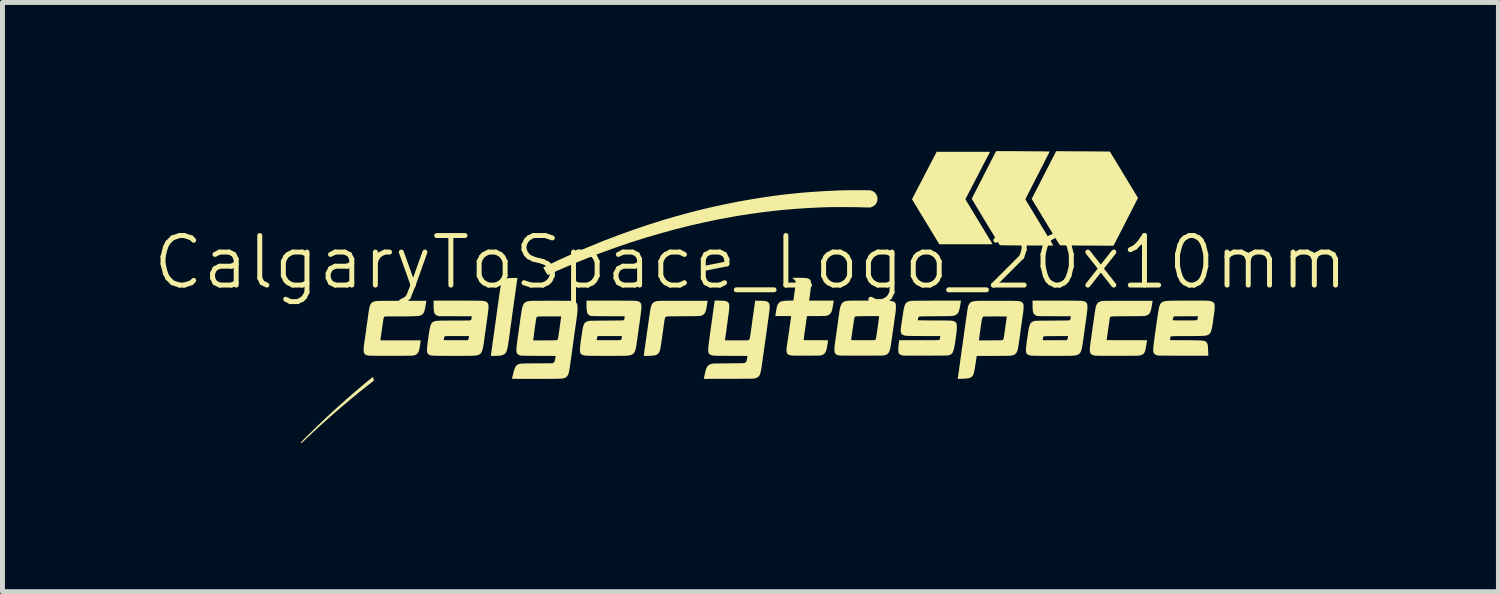
<source format=kicad_pcb>
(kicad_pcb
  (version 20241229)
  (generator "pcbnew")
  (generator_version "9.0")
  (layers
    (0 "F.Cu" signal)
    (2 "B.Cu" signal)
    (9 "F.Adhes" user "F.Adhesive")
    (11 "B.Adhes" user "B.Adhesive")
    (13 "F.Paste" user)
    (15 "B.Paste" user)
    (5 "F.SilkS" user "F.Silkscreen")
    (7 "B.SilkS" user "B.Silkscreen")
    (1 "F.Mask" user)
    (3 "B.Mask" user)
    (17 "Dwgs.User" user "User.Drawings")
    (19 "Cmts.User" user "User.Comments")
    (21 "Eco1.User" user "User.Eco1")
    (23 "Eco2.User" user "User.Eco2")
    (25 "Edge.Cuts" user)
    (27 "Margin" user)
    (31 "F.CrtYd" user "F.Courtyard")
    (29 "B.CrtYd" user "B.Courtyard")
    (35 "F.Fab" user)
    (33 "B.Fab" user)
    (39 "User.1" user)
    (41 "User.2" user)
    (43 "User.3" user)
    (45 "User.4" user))
  (footprint "CalgaryToSpace_Logo_20x10mm"
    (layer "F.Cu")
    (at 12.098 2.747)
    (property "Reference" "CalgaryToSpace_Logo_20x10mm" (at 0 -0.5 0) (unlocked yes) (layer "F.SilkS") (effects (font (size 1 1) (thickness 0.1))))
    (attr smd)
    (fp_poly (pts (xy -7.62 1.814) (xy -7.617 1.821) (xy -7.614 1.831) (xy -7.61 1.844) (xy -7.607 1.857) (xy -7.604 1.87) (xy -7.602 1.88) (xy -7.602 1.886) (xy -7.602 1.886) (xy -7.605 1.889) (xy -7.613 1.895) (xy -7.625 1.904) (xy -7.64 1.916) (xy -7.657 1.93) (xy -7.677 1.945) (xy -7.682 1.948) (xy -7.796 2.038) (xy -7.913 2.132) (xy -8.032 2.23) (xy -8.152 2.33) (xy -8.273 2.433) (xy -8.394 2.536) (xy -8.513 2.641) (xy -8.63 2.745) (xy -8.744 2.849) (xy -8.854 2.951) (xy -8.959 3.05) (xy -8.982 3.072) (xy -9.001 3.09) (xy -9.019 3.107) (xy -9.034 3.121) (xy -9.047 3.133) (xy -9.057 3.141) (xy -9.063 3.146) (xy -9.064 3.147) (xy -9.07 3.144) (xy -9.073 3.143) (xy -9.076 3.137) (xy -9.077 3.135) (xy -9.074 3.132) (xy -9.068 3.125) (xy -9.057 3.114) (xy -9.043 3.099) (xy -9.026 3.081) (xy -9.006 3.061) (xy -8.983 3.039) (xy -8.959 3.014) (xy -8.933 2.988) (xy -8.924 2.98) (xy -8.737 2.797) (xy -8.548 2.617) (xy -8.356 2.44) (xy -8.16 2.265) (xy -7.959 2.091) (xy -7.853 2.002) (xy -7.81 1.965) (xy -7.772 1.933) (xy -7.738 1.905) (xy -7.708 1.881) (xy -7.684 1.861) (xy -7.663 1.844) (xy -7.647 1.831) (xy -7.634 1.822) (xy -7.626 1.817) (xy -7.621 1.814)) (stroke (width 0) (type solid)) (fill yes) (layer "F.SilkS"))
    (fp_poly (pts (xy 4.824 -2.709) (xy 4.82 -2.703) (xy 4.814 -2.692) (xy 4.806 -2.675) (xy 4.795 -2.654) (xy 4.781 -2.628) (xy 4.766 -2.598) (xy 4.748 -2.565) (xy 4.729 -2.528) (xy 4.708 -2.488) (xy 4.686 -2.446) (xy 4.663 -2.401) (xy 4.639 -2.355) (xy 4.615 -2.307) (xy 4.609 -2.297) (xy 4.584 -2.248) (xy 4.559 -2.2) (xy 4.534 -2.153) (xy 4.511 -2.107) (xy 4.488 -2.064) (xy 4.467 -2.023) (xy 4.447 -1.985) (xy 4.429 -1.951) (xy 4.413 -1.92) (xy 4.399 -1.893) (xy 4.388 -1.871) (xy 4.379 -1.854) (xy 4.373 -1.842) (xy 4.372 -1.842) (xy 4.338 -1.775) (xy 4.403 -1.667) (xy 4.414 -1.65) (xy 4.427 -1.627) (xy 4.444 -1.6) (xy 4.463 -1.569) (xy 4.484 -1.533) (xy 4.507 -1.495) (xy 4.532 -1.455) (xy 4.558 -1.412) (xy 4.585 -1.367) (xy 4.613 -1.321) (xy 4.641 -1.275) (xy 4.669 -1.229) (xy 4.678 -1.214) (xy 4.704 -1.17) (xy 4.73 -1.128) (xy 4.754 -1.088) (xy 4.777 -1.05) (xy 4.799 -1.014) (xy 4.818 -0.982) (xy 4.836 -0.953) (xy 4.851 -0.928) (xy 4.864 -0.906) (xy 4.874 -0.889) (xy 4.881 -0.877) (xy 4.886 -0.87) (xy 4.887 -0.868) (xy 4.883 -0.868) (xy 4.874 -0.868) (xy 4.858 -0.868) (xy 4.837 -0.868) (xy 4.811 -0.867) (xy 4.779 -0.867) (xy 4.743 -0.867) (xy 4.703 -0.867) (xy 4.659 -0.867) (xy 4.612 -0.867) (xy 4.561 -0.867) (xy 4.508 -0.867) (xy 4.452 -0.867) (xy 4.394 -0.867) (xy 4.349 -0.867) (xy 3.811 -0.867) (xy 3.56 -1.281) (xy 3.53 -1.33) (xy 3.501 -1.378) (xy 3.473 -1.424) (xy 3.446 -1.468) (xy 3.42 -1.511) (xy 3.396 -1.551) (xy 3.374 -1.588) (xy 3.353 -1.622) (xy 3.335 -1.652) (xy 3.319 -1.678) (xy 3.306 -1.7) (xy 3.295 -1.717) (xy 3.288 -1.729) (xy 3.284 -1.735) (xy 3.26 -1.775) (xy 3.399 -2.044) (xy 3.423 -2.089) (xy 3.449 -2.138) (xy 3.475 -2.189) (xy 3.502 -2.241) (xy 3.529 -2.294) (xy 3.556 -2.345) (xy 3.582 -2.394) (xy 3.606 -2.441) (xy 3.628 -2.483) (xy 3.647 -2.521) (xy 3.648 -2.522) (xy 3.758 -2.733) (xy 4.297 -2.733) (xy 4.836 -2.733)) (stroke (width 0) (type solid)) (fill yes) (layer "F.SilkS"))
    (fp_poly (pts (xy -4.705 -0.177) (xy -4.706 -0.172) (xy -4.708 -0.16) (xy -4.71 -0.142) (xy -4.714 -0.119) (xy -4.718 -0.091) (xy -4.722 -0.058) (xy -4.727 -0.022) (xy -4.733 0.019) (xy -4.739 0.062) (xy -4.746 0.108) (xy -4.752 0.156) (xy -4.759 0.207) (xy -4.767 0.259) (xy -4.774 0.311) (xy -4.781 0.365) (xy -4.789 0.419) (xy -4.796 0.472) (xy -4.804 0.525) (xy -4.811 0.577) (xy -4.818 0.627) (xy -4.824 0.675) (xy -4.831 0.721) (xy -4.837 0.765) (xy -4.837 0.765) (xy -4.845 0.826) (xy -4.853 0.88) (xy -4.859 0.929) (xy -4.865 0.972) (xy -4.871 1.011) (xy -4.875 1.044) (xy -4.879 1.074) (xy -4.883 1.099) (xy -4.886 1.122) (xy -4.889 1.141) (xy -4.892 1.157) (xy -4.894 1.171) (xy -4.896 1.184) (xy -4.898 1.195) (xy -4.9 1.205) (xy -4.902 1.214) (xy -4.904 1.223) (xy -4.905 1.23) (xy -4.914 1.264) (xy -4.923 1.292) (xy -4.934 1.315) (xy -4.947 1.333) (xy -4.962 1.348) (xy -4.981 1.36) (xy -5.003 1.369) (xy -5.03 1.377) (xy -5.03 1.377) (xy -5.04 1.379) (xy -5.05 1.381) (xy -5.062 1.382) (xy -5.076 1.383) (xy -5.093 1.384) (xy -5.115 1.385) (xy -5.143 1.386) (xy -5.149 1.386) (xy -5.176 1.386) (xy -5.197 1.387) (xy -5.213 1.387) (xy -5.224 1.387) (xy -5.232 1.386) (xy -5.237 1.385) (xy -5.239 1.384) (xy -5.24 1.383) (xy -5.24 1.381) (xy -5.24 1.377) (xy -5.238 1.366) (xy -5.236 1.35) (xy -5.233 1.329) (xy -5.23 1.304) (xy -5.226 1.274) (xy -5.221 1.242) (xy -5.216 1.206) (xy -5.211 1.168) (xy -5.205 1.128) (xy -5.205 1.128) (xy -5.2 1.09) (xy -5.194 1.046) (xy -5.187 0.998) (xy -5.179 0.945) (xy -5.172 0.889) (xy -5.163 0.83) (xy -5.155 0.77) (xy -5.147 0.71) (xy -5.138 0.649) (xy -5.13 0.589) (xy -5.122 0.531) (xy -5.117 0.493) (xy -5.107 0.421) (xy -5.098 0.356) (xy -5.089 0.296) (xy -5.082 0.242) (xy -5.075 0.193) (xy -5.069 0.15) (xy -5.063 0.111) (xy -5.058 0.076) (xy -5.053 0.046) (xy -5.048 0.019) (xy -5.044 -0.004) (xy -5.04 -0.024) (xy -5.037 -0.042) (xy -5.034 -0.057) (xy -5.03 -0.069) (xy -5.027 -0.08) (xy -5.024 -0.089) (xy -5.021 -0.097) (xy -5.018 -0.104) (xy -5.017 -0.107) (xy -5.006 -0.125) (xy -4.995 -0.14) (xy -4.981 -0.152) (xy -4.965 -0.163) (xy -4.946 -0.171) (xy -4.923 -0.177) (xy -4.895 -0.182) (xy -4.863 -0.185) (xy -4.825 -0.186) (xy -4.782 -0.187) (xy -4.704 -0.187)) (stroke (width 0) (type solid)) (fill yes) (layer "F.SilkS"))
    (fp_poly (pts (xy 2.223 -1.958) (xy 2.261 -1.958) (xy 2.296 -1.958) (xy 2.329 -1.957) (xy 2.358 -1.957) (xy 2.382 -1.956) (xy 2.402 -1.956) (xy 2.417 -1.955) (xy 2.425 -1.954) (xy 2.427 -1.954) (xy 2.46 -1.942) (xy 2.489 -1.926) (xy 2.515 -1.904) (xy 2.535 -1.878) (xy 2.551 -1.849) (xy 2.552 -1.848) (xy 2.56 -1.819) (xy 2.563 -1.788) (xy 2.562 -1.757) (xy 2.555 -1.727) (xy 2.548 -1.708) (xy 2.534 -1.683) (xy 2.516 -1.662) (xy 2.494 -1.644) (xy 2.467 -1.628) (xy 2.453 -1.622) (xy 2.422 -1.609) (xy 2.377 -1.609) (xy 2.362 -1.609) (xy 2.342 -1.61) (xy 2.317 -1.61) (xy 2.29 -1.611) (xy 2.261 -1.612) (xy 2.232 -1.613) (xy 2.223 -1.613) (xy 2.195 -1.614) (xy 2.161 -1.615) (xy 2.122 -1.615) (xy 2.078 -1.616) (xy 2.032 -1.616) (xy 1.982 -1.616) (xy 1.931 -1.617) (xy 1.879 -1.617) (xy 1.826 -1.617) (xy 1.774 -1.617) (xy 1.724 -1.616) (xy 1.676 -1.616) (xy 1.63 -1.616) (xy 1.589 -1.615) (xy 1.552 -1.614) (xy 1.521 -1.614) (xy 1.513 -1.613) (xy 1.436 -1.611) (xy 1.361 -1.608) (xy 1.286 -1.604) (xy 1.209 -1.6) (xy 1.129 -1.596) (xy 1.083 -1.593) (xy 0.909 -1.581) (xy 0.73 -1.566) (xy 0.548 -1.549) (xy 0.364 -1.528) (xy 0.18 -1.505) (xy -0.003 -1.479) (xy -0.183 -1.452) (xy -0.36 -1.422) (xy -0.363 -1.421) (xy -0.656 -1.367) (xy -0.95 -1.305) (xy -1.244 -1.238) (xy -1.537 -1.164) (xy -1.83 -1.083) (xy -2.123 -0.997) (xy -2.414 -0.905) (xy -2.703 -0.807) (xy -2.991 -0.703) (xy -3.276 -0.593) (xy -3.422 -0.534) (xy -3.469 -0.515) (xy -3.517 -0.495) (xy -3.567 -0.474) (xy -3.617 -0.453) (xy -3.668 -0.432) (xy -3.717 -0.411) (xy -3.766 -0.39) (xy -3.813 -0.37) (xy -3.858 -0.35) (xy -3.901 -0.332) (xy -3.94 -0.314) (xy -3.976 -0.298) (xy -4.008 -0.284) (xy -4.035 -0.272) (xy -4.057 -0.262) (xy -4.07 -0.255) (xy -4.08 -0.25) (xy -4.088 -0.247) (xy -4.091 -0.247) (xy -4.094 -0.249) (xy -4.1 -0.257) (xy -4.108 -0.267) (xy -4.116 -0.279) (xy -4.125 -0.295) (xy -4.137 -0.314) (xy -4.148 -0.335) (xy -4.159 -0.354) (xy -4.16 -0.355) (xy -4.183 -0.398) (xy -4.126 -0.426) (xy -4.051 -0.462) (xy -3.979 -0.496) (xy -3.911 -0.529) (xy -3.844 -0.56) (xy -3.778 -0.59) (xy -3.712 -0.62) (xy -3.646 -0.65) (xy -3.578 -0.68) (xy -3.508 -0.71) (xy -3.434 -0.742) (xy -3.356 -0.775) (xy -3.273 -0.81) (xy -3.242 -0.823) (xy -2.954 -0.941) (xy -2.662 -1.052) (xy -2.368 -1.158) (xy -2.071 -1.258) (xy -1.772 -1.353) (xy -1.522 -1.426) (xy -1.264 -1.497) (xy -1.008 -1.563) (xy -0.753 -1.623) (xy -0.497 -1.678) (xy -0.24 -1.729) (xy 0.021 -1.775) (xy 0.11 -1.79) (xy 0.267 -1.814) (xy 0.421 -1.837) (xy 0.574 -1.857) (xy 0.726 -1.875) (xy 0.877 -1.892) (xy 1.03 -1.906) (xy 1.184 -1.919) (xy 1.342 -1.93) (xy 1.503 -1.94) (xy 1.669 -1.948) (xy 1.81 -1.954) (xy 1.837 -1.955) (xy 1.867 -1.955) (xy 1.901 -1.956) (xy 1.938 -1.957) (xy 1.976 -1.957) (xy 2.017 -1.958) (xy 2.058 -1.958) (xy 2.1 -1.958) (xy 2.142 -1.958) (xy 2.183 -1.958)) (stroke (width 0) (type solid)) (fill yes) (layer "F.SilkS"))
    (fp_poly (pts (xy 6.466 -2.744) (xy 6.517 -2.743) (xy 6.573 -2.743) (xy 6.631 -2.743) (xy 6.691 -2.742) (xy 6.75 -2.742) (xy 6.809 -2.742) (xy 6.866 -2.741) (xy 6.92 -2.741) (xy 6.969 -2.741) (xy 7.008 -2.74) (xy 7.254 -2.738) (xy 7.496 -2.34) (xy 7.525 -2.291) (xy 7.554 -2.243) (xy 7.583 -2.197) (xy 7.61 -2.151) (xy 7.636 -2.108) (xy 7.661 -2.066) (xy 7.685 -2.028) (xy 7.706 -1.993) (xy 7.726 -1.961) (xy 7.743 -1.933) (xy 7.757 -1.909) (xy 7.769 -1.89) (xy 7.777 -1.876) (xy 7.78 -1.871) (xy 7.822 -1.801) (xy 7.802 -1.761) (xy 7.798 -1.754) (xy 7.791 -1.741) (xy 7.781 -1.722) (xy 7.77 -1.699) (xy 7.755 -1.671) (xy 7.739 -1.64) (xy 7.721 -1.604) (xy 7.701 -1.565) (xy 7.68 -1.523) (xy 7.657 -1.479) (xy 7.633 -1.432) (xy 7.608 -1.384) (xy 7.582 -1.333) (xy 7.557 -1.283) (xy 7.531 -1.233) (xy 7.506 -1.184) (xy 7.482 -1.137) (xy 7.459 -1.092) (xy 7.437 -1.05) (xy 7.417 -1.01) (xy 7.398 -0.974) (xy 7.382 -0.942) (xy 7.367 -0.913) (xy 7.354 -0.889) (xy 7.344 -0.869) (xy 7.336 -0.854) (xy 7.331 -0.845) (xy 7.329 -0.841) (xy 7.329 -0.841) (xy 7.329 -0.84) (xy 7.329 -0.84) (xy 7.328 -0.839) (xy 7.328 -0.839) (xy 7.326 -0.839) (xy 7.324 -0.838) (xy 7.32 -0.838) (xy 7.315 -0.838) (xy 7.308 -0.838) (xy 7.299 -0.837) (xy 7.288 -0.837) (xy 7.274 -0.837) (xy 7.257 -0.837) (xy 7.237 -0.837) (xy 7.213 -0.837) (xy 7.186 -0.838) (xy 7.154 -0.838) (xy 7.118 -0.838) (xy 7.078 -0.838) (xy 7.033 -0.838) (xy 6.982 -0.839) (xy 6.927 -0.839) (xy 6.865 -0.839) (xy 6.798 -0.84) (xy 6.724 -0.84) (xy 6.687 -0.841) (xy 6.633 -0.841) (xy 6.582 -0.841) (xy 6.558 -0.842) (xy 7.323 -0.842) (xy 7.325 -0.84) (xy 7.327 -0.842) (xy 7.325 -0.843) (xy 7.323 -0.842) (xy 6.558 -0.842) (xy 6.533 -0.842) (xy 6.486 -0.842) (xy 6.442 -0.843) (xy 6.402 -0.843) (xy 6.366 -0.844) (xy 6.333 -0.844) (xy 6.306 -0.845) (xy 6.283 -0.845) (xy 6.266 -0.845) (xy 6.254 -0.846) (xy 6.249 -0.846) (xy 6.248 -0.846) (xy 6.247 -0.848) (xy 7.32 -0.848) (xy 7.322 -0.847) (xy 7.323 -0.848) (xy 7.322 -0.85) (xy 7.32 -0.848) (xy 6.247 -0.848) (xy 6.245 -0.85) (xy 6.239 -0.858) (xy 6.23 -0.872) (xy 6.218 -0.891) (xy 6.203 -0.914) (xy 6.186 -0.942) (xy 6.167 -0.973) (xy 6.145 -1.008) (xy 6.122 -1.046) (xy 6.113 -1.06) (xy 6.091 -1.098) (xy 6.065 -1.141) (xy 6.037 -1.187) (xy 6.007 -1.236) (xy 5.976 -1.286) (xy 5.945 -1.338) (xy 5.914 -1.389) (xy 5.884 -1.438) (xy 5.856 -1.486) (xy 5.831 -1.527) (xy 5.676 -1.782) (xy 5.699 -1.827) (xy 5.704 -1.836) (xy 5.712 -1.851) (xy 5.722 -1.871) (xy 5.734 -1.895) (xy 5.749 -1.923) (xy 5.765 -1.955) (xy 5.783 -1.99) (xy 5.802 -2.028) (xy 5.823 -2.067) (xy 5.844 -2.108) (xy 5.865 -2.151) (xy 5.875 -2.17) (xy 5.898 -2.215) (xy 5.922 -2.262) (xy 5.946 -2.308) (xy 5.969 -2.354) (xy 5.992 -2.399) (xy 6.014 -2.442) (xy 6.035 -2.482) (xy 6.054 -2.52) (xy 6.071 -2.553) (xy 6.086 -2.582) (xy 6.098 -2.606) (xy 6.099 -2.607) (xy 6.17 -2.745)) (stroke (width 0) (type solid)) (fill yes) (layer "F.SilkS"))
    (fp_poly (pts (xy -1.497 0.274) (xy -1.435 0.274) (xy -1.366 0.274) (xy -1.326 0.274) (xy -0.864 0.275) (xy -0.876 0.347) (xy -0.883 0.389) (xy -0.89 0.426) (xy -0.897 0.457) (xy -0.904 0.483) (xy -0.913 0.505) (xy -0.922 0.522) (xy -0.933 0.537) (xy -0.944 0.548) (xy -0.958 0.558) (xy -0.968 0.563) (xy -0.975 0.567) (xy -0.981 0.569) (xy -0.988 0.572) (xy -0.994 0.574) (xy -1.002 0.576) (xy -1.01 0.578) (xy -1.02 0.58) (xy -1.033 0.581) (xy -1.047 0.582) (xy -1.065 0.583) (xy -1.085 0.583) (xy -1.11 0.584) (xy -1.138 0.585) (xy -1.171 0.585) (xy -1.209 0.585) (xy -1.252 0.586) (xy -1.301 0.586) (xy -1.357 0.586) (xy -1.363 0.586) (xy -1.417 0.587) (xy -1.465 0.587) (xy -1.506 0.587) (xy -1.543 0.588) (xy -1.574 0.588) (xy -1.6 0.588) (xy -1.623 0.588) (xy -1.641 0.589) (xy -1.656 0.589) (xy -1.668 0.59) (xy -1.678 0.59) (xy -1.685 0.591) (xy -1.69 0.592) (xy -1.695 0.592) (xy -1.698 0.593) (xy -1.7 0.594) (xy -1.702 0.595) (xy -1.712 0.602) (xy -1.72 0.612) (xy -1.726 0.625) (xy -1.731 0.644) (xy -1.731 0.645) (xy -1.733 0.653) (xy -1.735 0.666) (xy -1.738 0.684) (xy -1.741 0.708) (xy -1.745 0.735) (xy -1.75 0.767) (xy -1.755 0.802) (xy -1.76 0.839) (xy -1.765 0.879) (xy -1.771 0.92) (xy -1.772 0.923) (xy -1.779 0.979) (xy -1.786 1.029) (xy -1.793 1.073) (xy -1.798 1.111) (xy -1.803 1.145) (xy -1.808 1.174) (xy -1.812 1.199) (xy -1.816 1.221) (xy -1.819 1.239) (xy -1.823 1.255) (xy -1.826 1.268) (xy -1.829 1.28) (xy -1.833 1.29) (xy -1.836 1.298) (xy -1.84 1.307) (xy -1.843 1.313) (xy -1.858 1.335) (xy -1.878 1.354) (xy -1.904 1.368) (xy -1.923 1.375) (xy -1.935 1.377) (xy -1.952 1.379) (xy -1.974 1.381) (xy -1.999 1.383) (xy -2.027 1.385) (xy -2.056 1.386) (xy -2.085 1.387) (xy -2.103 1.387) (xy -2.122 1.387) (xy -2.136 1.386) (xy -2.145 1.386) (xy -2.15 1.385) (xy -2.153 1.383) (xy -2.153 1.381) (xy -2.153 1.381) (xy -2.153 1.376) (xy -2.152 1.366) (xy -2.149 1.35) (xy -2.146 1.328) (xy -2.143 1.302) (xy -2.139 1.271) (xy -2.134 1.237) (xy -2.129 1.2) (xy -2.123 1.159) (xy -2.117 1.117) (xy -2.111 1.072) (xy -2.104 1.026) (xy -2.097 0.979) (xy -2.091 0.931) (xy -2.084 0.883) (xy -2.077 0.836) (xy -2.071 0.79) (xy -2.064 0.745) (xy -2.058 0.702) (xy -2.052 0.661) (xy -2.047 0.623) (xy -2.042 0.588) (xy -2.037 0.557) (xy -2.033 0.53) (xy -2.03 0.508) (xy -2.027 0.491) (xy -2.025 0.48) (xy -2.025 0.478) (xy -2.02 0.449) (xy -2.016 0.426) (xy -2.012 0.407) (xy -2.008 0.391) (xy -2.004 0.378) (xy -1.999 0.366) (xy -1.994 0.355) (xy -1.993 0.352) (xy -1.978 0.328) (xy -1.959 0.309) (xy -1.94 0.297) (xy -1.934 0.294) (xy -1.927 0.291) (xy -1.921 0.288) (xy -1.913 0.286) (xy -1.905 0.284) (xy -1.895 0.282) (xy -1.883 0.281) (xy -1.87 0.279) (xy -1.854 0.278) (xy -1.836 0.277) (xy -1.814 0.276) (xy -1.789 0.275) (xy -1.761 0.275) (xy -1.729 0.274) (xy -1.692 0.274) (xy -1.651 0.274) (xy -1.605 0.274) (xy -1.554 0.274)) (stroke (width 0) (type solid)) (fill yes) (layer "F.SilkS"))
    (fp_poly (pts (xy 5.178 -2.746) (xy 5.22 -2.746) (xy 5.264 -2.746) (xy 5.311 -2.746) (xy 5.359 -2.746) (xy 5.409 -2.745) (xy 5.459 -2.745) (xy 5.51 -2.745) (xy 5.562 -2.744) (xy 5.612 -2.744) (xy 5.662 -2.744) (xy 5.711 -2.743) (xy 5.758 -2.743) (xy 5.803 -2.742) (xy 5.845 -2.742) (xy 5.884 -2.742) (xy 5.92 -2.741) (xy 5.952 -2.741) (xy 5.98 -2.74) (xy 6.002 -2.74) (xy 6.02 -2.74) (xy 6.032 -2.739) (xy 6.038 -2.739) (xy 6.039 -2.739) (xy 6.037 -2.736) (xy 6.033 -2.727) (xy 6.026 -2.713) (xy 6.017 -2.694) (xy 6.005 -2.671) (xy 5.991 -2.643) (xy 5.974 -2.61) (xy 5.956 -2.575) (xy 5.936 -2.535) (xy 5.915 -2.493) (xy 5.892 -2.448) (xy 5.867 -2.4) (xy 5.842 -2.35) (xy 5.816 -2.299) (xy 5.795 -2.258) (xy 5.767 -2.205) (xy 5.741 -2.154) (xy 5.716 -2.104) (xy 5.692 -2.057) (xy 5.669 -2.012) (xy 5.648 -1.971) (xy 5.628 -1.932) (xy 5.61 -1.897) (xy 5.594 -1.866) (xy 5.581 -1.838) (xy 5.569 -1.816) (xy 5.56 -1.798) (xy 5.554 -1.785) (xy 5.55 -1.777) (xy 5.549 -1.775) (xy 5.551 -1.772) (xy 5.556 -1.763) (xy 5.563 -1.75) (xy 5.573 -1.733) (xy 5.585 -1.713) (xy 5.599 -1.691) (xy 5.613 -1.666) (xy 5.619 -1.657) (xy 5.638 -1.625) (xy 5.659 -1.591) (xy 5.682 -1.554) (xy 5.706 -1.514) (xy 5.73 -1.473) (xy 5.756 -1.431) (xy 5.783 -1.387) (xy 5.809 -1.343) (xy 5.836 -1.299) (xy 5.863 -1.254) (xy 5.89 -1.21) (xy 5.916 -1.167) (xy 5.942 -1.125) (xy 5.966 -1.085) (xy 5.989 -1.046) (xy 6.011 -1.01) (xy 6.032 -0.976) (xy 6.05 -0.946) (xy 6.067 -0.919) (xy 6.081 -0.895) (xy 6.092 -0.876) (xy 6.101 -0.861) (xy 6.107 -0.851) (xy 6.11 -0.847) (xy 6.11 -0.847) (xy 6.111 -0.845) (xy 6.111 -0.844) (xy 6.109 -0.843) (xy 6.107 -0.842) (xy 6.102 -0.842) (xy 6.095 -0.841) (xy 6.085 -0.841) (xy 6.072 -0.841) (xy 6.055 -0.84) (xy 6.033 -0.84) (xy 6.007 -0.84) (xy 5.976 -0.84) (xy 5.939 -0.84) (xy 5.895 -0.841) (xy 5.886 -0.841) (xy 5.846 -0.841) (xy 5.801 -0.841) (xy 5.751 -0.841) (xy 5.698 -0.841) (xy 5.642 -0.842) (xy 5.584 -0.842) (xy 5.526 -0.842) (xy 5.469 -0.843) (xy 5.414 -0.843) (xy 5.361 -0.843) (xy 5.347 -0.844) (xy 5.293 -0.844) (xy 5.246 -0.844) (xy 5.204 -0.845) (xy 5.168 -0.845) (xy 5.137 -0.846) (xy 5.111 -0.846) (xy 5.089 -0.846) (xy 5.071 -0.847) (xy 5.058 -0.847) (xy 5.047 -0.848) (xy 5.04 -0.849) (xy 5.035 -0.849) (xy 5.032 -0.85) (xy 5.032 -0.85) (xy 5.029 -0.854) (xy 5.024 -0.863) (xy 5.015 -0.876) (xy 5.004 -0.895) (xy 4.99 -0.917) (xy 4.974 -0.944) (xy 4.956 -0.974) (xy 4.936 -1.007) (xy 4.914 -1.042) (xy 4.891 -1.08) (xy 4.867 -1.121) (xy 4.841 -1.162) (xy 4.815 -1.205) (xy 4.788 -1.249) (xy 4.761 -1.294) (xy 4.734 -1.339) (xy 4.707 -1.383) (xy 4.681 -1.427) (xy 4.655 -1.47) (xy 4.629 -1.512) (xy 4.605 -1.552) (xy 4.582 -1.591) (xy 4.561 -1.626) (xy 4.541 -1.66) (xy 4.523 -1.69) (xy 4.507 -1.716) (xy 4.493 -1.739) (xy 4.482 -1.757) (xy 4.474 -1.771) (xy 4.469 -1.78) (xy 4.467 -1.784) (xy 4.467 -1.784) (xy 4.468 -1.787) (xy 4.473 -1.796) (xy 4.48 -1.81) (xy 4.489 -1.83) (xy 4.501 -1.854) (xy 4.516 -1.882) (xy 4.532 -1.914) (xy 4.55 -1.95) (xy 4.57 -1.99) (xy 4.592 -2.032) (xy 4.615 -2.077) (xy 4.64 -2.125) (xy 4.665 -2.175) (xy 4.692 -2.227) (xy 4.712 -2.267) (xy 4.958 -2.747)) (stroke (width 0) (type solid)) (fill yes) (layer "F.SilkS"))
    (fp_poly (pts (xy -6.687 0.274) (xy -6.658 0.274) (xy -6.633 0.274) (xy -6.612 0.274) (xy -6.595 0.274) (xy -6.58 0.275) (xy -6.569 0.275) (xy -6.56 0.275) (xy -6.553 0.276) (xy -6.549 0.276) (xy -6.546 0.277) (xy -6.544 0.277) (xy -6.543 0.278) (xy -6.543 0.278) (xy -6.544 0.283) (xy -6.545 0.294) (xy -6.547 0.308) (xy -6.55 0.326) (xy -6.553 0.346) (xy -6.554 0.348) (xy -6.561 0.391) (xy -6.568 0.428) (xy -6.575 0.46) (xy -6.583 0.486) (xy -6.592 0.508) (xy -6.602 0.527) (xy -6.614 0.541) (xy -6.627 0.553) (xy -6.642 0.562) (xy -6.66 0.57) (xy -6.681 0.576) (xy -6.691 0.578) (xy -6.703 0.58) (xy -6.721 0.582) (xy -6.745 0.583) (xy -6.774 0.585) (xy -6.809 0.586) (xy -6.848 0.587) (xy -6.892 0.588) (xy -6.94 0.589) (xy -6.992 0.589) (xy -7.047 0.59) (xy -7.105 0.59) (xy -7.153 0.59) (xy -7.204 0.59) (xy -7.249 0.59) (xy -7.287 0.59) (xy -7.318 0.59) (xy -7.343 0.591) (xy -7.363 0.591) (xy -7.376 0.592) (xy -7.383 0.593) (xy -7.384 0.593) (xy -7.389 0.596) (xy -7.394 0.6) (xy -7.398 0.606) (xy -7.401 0.615) (xy -7.405 0.628) (xy -7.409 0.645) (xy -7.412 0.666) (xy -7.417 0.693) (xy -7.42 0.715) (xy -7.422 0.733) (xy -7.426 0.755) (xy -7.429 0.78) (xy -7.433 0.808) (xy -7.437 0.837) (xy -7.441 0.867) (xy -7.446 0.898) (xy -7.45 0.928) (xy -7.454 0.958) (xy -7.458 0.985) (xy -7.462 1.01) (xy -7.465 1.032) (xy -7.467 1.05) (xy -7.469 1.063) (xy -7.47 1.071) (xy -7.47 1.072) (xy -7.467 1.072) (xy -7.457 1.073) (xy -7.442 1.073) (xy -7.421 1.073) (xy -7.395 1.073) (xy -7.365 1.073) (xy -7.33 1.073) (xy -7.291 1.073) (xy -7.249 1.073) (xy -7.204 1.073) (xy -7.156 1.073) (xy -7.106 1.073) (xy -7.063 1.073) (xy -6.656 1.073) (xy -6.658 1.093) (xy -6.661 1.114) (xy -6.664 1.138) (xy -6.668 1.165) (xy -6.673 1.192) (xy -6.677 1.217) (xy -6.681 1.239) (xy -6.685 1.256) (xy -6.685 1.257) (xy -6.694 1.288) (xy -6.704 1.313) (xy -6.717 1.333) (xy -6.732 1.349) (xy -6.752 1.362) (xy -6.776 1.371) (xy -6.805 1.379) (xy -6.809 1.38) (xy -6.814 1.381) (xy -6.821 1.381) (xy -6.83 1.382) (xy -6.84 1.382) (xy -6.854 1.383) (xy -6.87 1.383) (xy -6.889 1.384) (xy -6.912 1.384) (xy -6.939 1.384) (xy -6.971 1.384) (xy -7.007 1.385) (xy -7.048 1.385) (xy -7.095 1.385) (xy -7.148 1.385) (xy -7.206 1.385) (xy -7.222 1.385) (xy -7.273 1.385) (xy -7.324 1.385) (xy -7.373 1.385) (xy -7.42 1.385) (xy -7.465 1.385) (xy -7.506 1.385) (xy -7.544 1.385) (xy -7.578 1.384) (xy -7.608 1.384) (xy -7.632 1.384) (xy -7.651 1.384) (xy -7.664 1.383) (xy -7.668 1.383) (xy -7.697 1.381) (xy -7.721 1.378) (xy -7.741 1.374) (xy -7.756 1.369) (xy -7.77 1.362) (xy -7.781 1.353) (xy -7.79 1.344) (xy -7.797 1.335) (xy -7.802 1.323) (xy -7.805 1.309) (xy -7.807 1.292) (xy -7.808 1.269) (xy -7.808 1.253) (xy -7.807 1.233) (xy -7.806 1.213) (xy -7.805 1.193) (xy -7.802 1.171) (xy -7.799 1.145) (xy -7.795 1.122) (xy -7.791 1.093) (xy -7.786 1.061) (xy -7.781 1.027) (xy -7.776 0.993) (xy -7.772 0.963) (xy -7.771 0.958) (xy -7.763 0.9) (xy -7.756 0.848) (xy -7.75 0.802) (xy -7.744 0.76) (xy -7.739 0.723) (xy -7.734 0.691) (xy -7.73 0.662) (xy -7.726 0.636) (xy -7.723 0.613) (xy -7.72 0.591) (xy -7.717 0.572) (xy -7.715 0.553) (xy -7.712 0.535) (xy -7.71 0.52) (xy -7.705 0.487) (xy -7.7 0.459) (xy -7.697 0.436) (xy -7.693 0.418) (xy -7.69 0.403) (xy -7.687 0.39) (xy -7.684 0.379) (xy -7.68 0.369) (xy -7.675 0.359) (xy -7.673 0.355) (xy -7.662 0.334) (xy -7.649 0.318) (xy -7.633 0.305) (xy -7.614 0.295) (xy -7.59 0.287) (xy -7.561 0.281) (xy -7.559 0.281) (xy -7.553 0.28) (xy -7.547 0.28) (xy -7.54 0.279) (xy -7.531 0.278) (xy -7.52 0.278) (xy -7.507 0.277) (xy -7.491 0.277) (xy -7.472 0.277) (xy -7.451 0.276) (xy -7.425 0.276) (xy -7.396 0.276) (xy -7.362 0.275) (xy -7.324 0.275) (xy -7.281 0.275) (xy -7.232 0.275) (xy -7.178 0.275) (xy -7.118 0.274) (xy -7.052 0.274) (xy -7.034 0.274) (xy -6.967 0.274) (xy -6.906 0.274) (xy -6.852 0.274) (xy -6.803 0.274) (xy -6.759 0.274) (xy -6.721 0.274)) (stroke (width 0) (type solid)) (fill yes) (layer "F.SilkS"))
    (fp_poly (pts (xy 7.963 0.274) (xy 8 0.274) (xy 8.032 0.274) (xy 8.06 0.274) (xy 8.083 0.274) (xy 8.1 0.274) (xy 8.111 0.274) (xy 8.116 0.275) (xy 8.117 0.275) (xy 8.116 0.28) (xy 8.115 0.291) (xy 8.112 0.307) (xy 8.109 0.325) (xy 8.106 0.345) (xy 8.102 0.367) (xy 8.098 0.388) (xy 8.095 0.407) (xy 8.092 0.424) (xy 8.089 0.438) (xy 8.088 0.443) (xy 8.079 0.476) (xy 8.069 0.504) (xy 8.056 0.527) (xy 8.042 0.544) (xy 8.036 0.55) (xy 8.017 0.561) (xy 7.994 0.571) (xy 7.968 0.579) (xy 7.962 0.58) (xy 7.955 0.581) (xy 7.943 0.582) (xy 7.925 0.583) (xy 7.9 0.583) (xy 7.869 0.584) (xy 7.832 0.584) (xy 7.789 0.585) (xy 7.739 0.585) (xy 7.682 0.586) (xy 7.619 0.586) (xy 7.615 0.586) (xy 7.56 0.587) (xy 7.51 0.587) (xy 7.467 0.587) (xy 7.429 0.587) (xy 7.397 0.588) (xy 7.369 0.588) (xy 7.345 0.589) (xy 7.326 0.589) (xy 7.31 0.59) (xy 7.297 0.591) (xy 7.287 0.592) (xy 7.279 0.593) (xy 7.273 0.595) (xy 7.269 0.597) (xy 7.266 0.599) (xy 7.264 0.601) (xy 7.262 0.604) (xy 7.26 0.607) (xy 7.259 0.609) (xy 7.255 0.618) (xy 7.252 0.631) (xy 7.25 0.641) (xy 7.248 0.655) (xy 7.245 0.675) (xy 7.242 0.698) (xy 7.238 0.725) (xy 7.234 0.754) (xy 7.229 0.785) (xy 7.225 0.817) (xy 7.22 0.85) (xy 7.215 0.883) (xy 7.211 0.915) (xy 7.207 0.946) (xy 7.202 0.975) (xy 7.199 1.001) (xy 7.196 1.023) (xy 7.193 1.042) (xy 7.191 1.055) (xy 7.19 1.064) (xy 7.19 1.066) (xy 7.191 1.066) (xy 7.195 1.067) (xy 7.202 1.068) (xy 7.212 1.068) (xy 7.225 1.068) (xy 7.242 1.069) (xy 7.264 1.069) (xy 7.29 1.069) (xy 7.32 1.07) (xy 7.356 1.07) (xy 7.396 1.07) (xy 7.443 1.07) (xy 7.495 1.07) (xy 7.553 1.07) (xy 7.597 1.07) (xy 8.004 1.07) (xy 8.002 1.087) (xy 7.999 1.109) (xy 7.995 1.134) (xy 7.991 1.16) (xy 7.987 1.186) (xy 7.982 1.211) (xy 7.978 1.234) (xy 7.975 1.252) (xy 7.972 1.266) (xy 7.972 1.266) (xy 7.964 1.29) (xy 7.955 1.313) (xy 7.944 1.331) (xy 7.934 1.344) (xy 7.932 1.346) (xy 7.917 1.356) (xy 7.898 1.365) (xy 7.877 1.373) (xy 7.856 1.379) (xy 7.852 1.38) (xy 7.847 1.38) (xy 7.841 1.381) (xy 7.833 1.382) (xy 7.823 1.382) (xy 7.81 1.383) (xy 7.795 1.383) (xy 7.777 1.383) (xy 7.755 1.384) (xy 7.73 1.384) (xy 7.7 1.384) (xy 7.666 1.384) (xy 7.627 1.385) (xy 7.583 1.385) (xy 7.533 1.385) (xy 7.476 1.385) (xy 7.427 1.385) (xy 7.374 1.385) (xy 7.323 1.385) (xy 7.274 1.385) (xy 7.227 1.385) (xy 7.183 1.385) (xy 7.142 1.385) (xy 7.104 1.385) (xy 7.07 1.385) (xy 7.041 1.384) (xy 7.017 1.384) (xy 6.998 1.384) (xy 6.986 1.383) (xy 6.981 1.383) (xy 6.953 1.381) (xy 6.931 1.377) (xy 6.912 1.371) (xy 6.894 1.363) (xy 6.891 1.361) (xy 6.876 1.351) (xy 6.865 1.338) (xy 6.858 1.323) (xy 6.853 1.304) (xy 6.85 1.28) (xy 6.85 1.262) (xy 6.85 1.255) (xy 6.85 1.248) (xy 6.851 1.24) (xy 6.851 1.231) (xy 6.852 1.221) (xy 6.853 1.21) (xy 6.854 1.196) (xy 6.856 1.18) (xy 6.858 1.162) (xy 6.861 1.141) (xy 6.864 1.116) (xy 6.868 1.088) (xy 6.873 1.056) (xy 6.878 1.019) (xy 6.883 0.978) (xy 6.89 0.932) (xy 6.897 0.881) (xy 6.905 0.824) (xy 6.914 0.761) (xy 6.922 0.708) (xy 6.929 0.655) (xy 6.936 0.608) (xy 6.942 0.567) (xy 6.947 0.531) (xy 6.952 0.5) (xy 6.956 0.474) (xy 6.96 0.451) (xy 6.963 0.432) (xy 6.966 0.417) (xy 6.968 0.404) (xy 6.971 0.394) (xy 6.973 0.386) (xy 6.975 0.38) (xy 6.987 0.351) (xy 7.001 0.328) (xy 7.018 0.31) (xy 7.04 0.296) (xy 7.067 0.286) (xy 7.083 0.281) (xy 7.087 0.28) (xy 7.091 0.28) (xy 7.097 0.279) (xy 7.103 0.278) (xy 7.111 0.278) (xy 7.121 0.277) (xy 7.133 0.277) (xy 7.148 0.277) (xy 7.166 0.276) (xy 7.187 0.276) (xy 7.211 0.276) (xy 7.239 0.276) (xy 7.272 0.275) (xy 7.309 0.275) (xy 7.35 0.275) (xy 7.397 0.275) (xy 7.45 0.275) (xy 7.508 0.274) (xy 7.572 0.274) (xy 7.612 0.274) (xy 7.67 0.274) (xy 7.725 0.274) (xy 7.779 0.274) (xy 7.83 0.274) (xy 7.878 0.274) (xy 7.922 0.274)) (stroke (width 0) (type solid)) (fill yes) (layer "F.SilkS"))
    (fp_poly (pts (xy -5.908 0.271) (xy -5.841 0.271) (xy -5.781 0.271) (xy -5.726 0.271) (xy -5.677 0.272) (xy -5.634 0.272) (xy -5.595 0.272) (xy -5.561 0.272) (xy -5.531 0.272) (xy -5.505 0.273) (xy -5.483 0.273) (xy -5.464 0.273) (xy -5.448 0.274) (xy -5.435 0.274) (xy -5.424 0.275) (xy -5.414 0.275) (xy -5.407 0.276) (xy -5.4 0.276) (xy -5.395 0.277) (xy -5.389 0.278) (xy -5.384 0.279) (xy -5.383 0.279) (xy -5.356 0.285) (xy -5.334 0.293) (xy -5.318 0.304) (xy -5.306 0.317) (xy -5.297 0.333) (xy -5.291 0.354) (xy -5.29 0.362) (xy -5.289 0.37) (xy -5.288 0.377) (xy -5.287 0.385) (xy -5.287 0.395) (xy -5.287 0.405) (xy -5.288 0.418) (xy -5.289 0.433) (xy -5.291 0.45) (xy -5.293 0.47) (xy -5.296 0.494) (xy -5.299 0.521) (xy -5.303 0.553) (xy -5.308 0.589) (xy -5.314 0.63) (xy -5.32 0.677) (xy -5.327 0.729) (xy -5.336 0.787) (xy -5.337 0.795) (xy -5.342 0.837) (xy -5.348 0.878) (xy -5.354 0.917) (xy -5.359 0.954) (xy -5.364 0.988) (xy -5.368 1.019) (xy -5.371 1.045) (xy -5.374 1.067) (xy -5.377 1.084) (xy -5.378 1.094) (xy -5.378 1.095) (xy -5.385 1.144) (xy -5.392 1.187) (xy -5.4 1.224) (xy -5.408 1.256) (xy -5.416 1.282) (xy -5.425 1.304) (xy -5.434 1.322) (xy -5.445 1.336) (xy -5.451 1.342) (xy -5.466 1.354) (xy -5.482 1.363) (xy -5.502 1.37) (xy -5.526 1.376) (xy -5.554 1.38) (xy -5.588 1.383) (xy -5.595 1.383) (xy -5.607 1.384) (xy -5.625 1.384) (xy -5.648 1.385) (xy -5.676 1.385) (xy -5.709 1.385) (xy -5.745 1.385) (xy -5.785 1.386) (xy -5.827 1.386) (xy -5.872 1.386) (xy -5.918 1.386) (xy -5.964 1.386) (xy -6.011 1.386) (xy -6.058 1.386) (xy -6.104 1.386) (xy -6.149 1.386) (xy -6.191 1.386) (xy -6.231 1.385) (xy -6.268 1.385) (xy -6.301 1.385) (xy -6.33 1.384) (xy -6.354 1.384) (xy -6.373 1.384) (xy -6.384 1.383) (xy -6.411 1.381) (xy -6.432 1.379) (xy -6.449 1.377) (xy -6.463 1.373) (xy -6.476 1.368) (xy -6.488 1.362) (xy -6.502 1.353) (xy -6.513 1.343) (xy -6.521 1.33) (xy -6.526 1.314) (xy -6.529 1.294) (xy -6.53 1.268) (xy -6.529 1.247) (xy -6.527 1.222) (xy -6.525 1.192) (xy -6.521 1.157) (xy -6.516 1.116) (xy -6.51 1.07) (xy -6.509 1.065) (xy -6.192 1.065) (xy -6.191 1.066) (xy -6.188 1.067) (xy -6.184 1.068) (xy -6.177 1.068) (xy -6.167 1.069) (xy -6.155 1.069) (xy -6.138 1.069) (xy -6.117 1.07) (xy -6.092 1.07) (xy -6.061 1.07) (xy -6.025 1.07) (xy -5.983 1.07) (xy -5.952 1.07) (xy -5.71 1.07) (xy -5.702 1.062) (xy -5.695 1.054) (xy -5.69 1.04) (xy -5.686 1.023) (xy -5.684 1.006) (xy -5.683 1.001) (xy -5.683 0.987) (xy -5.923 0.987) (xy -5.969 0.987) (xy -6.009 0.987) (xy -6.043 0.987) (xy -6.072 0.987) (xy -6.096 0.987) (xy -6.116 0.987) (xy -6.132 0.988) (xy -6.144 0.988) (xy -6.153 0.989) (xy -6.16 0.989) (xy -6.165 0.99) (xy -6.168 0.991) (xy -6.169 0.992) (xy -6.175 0.997) (xy -6.179 1.003) (xy -6.183 1.012) (xy -6.185 1.026) (xy -6.186 1.034) (xy -6.188 1.047) (xy -6.19 1.057) (xy -6.192 1.064) (xy -6.192 1.064) (xy -6.192 1.065) (xy -6.509 1.065) (xy -6.502 1.018) (xy -6.494 0.96) (xy -6.484 0.896) (xy -6.478 0.862) (xy -6.471 0.823) (xy -6.464 0.791) (xy -6.455 0.764) (xy -6.445 0.742) (xy -6.433 0.725) (xy -6.42 0.711) (xy -6.406 0.701) (xy -6.399 0.697) (xy -6.391 0.693) (xy -6.383 0.69) (xy -6.374 0.687) (xy -6.363 0.684) (xy -6.351 0.682) (xy -6.337 0.68) (xy -6.32 0.678) (xy -6.3 0.677) (xy -6.277 0.676) (xy -6.25 0.675) (xy -6.219 0.674) (xy -6.183 0.674) (xy -6.143 0.674) (xy -6.097 0.673) (xy -6.045 0.673) (xy -5.987 0.673) (xy -5.972 0.673) (xy -5.928 0.673) (xy -5.886 0.673) (xy -5.846 0.673) (xy -5.809 0.673) (xy -5.775 0.672) (xy -5.744 0.672) (xy -5.718 0.672) (xy -5.696 0.671) (xy -5.68 0.671) (xy -5.67 0.671) (xy -5.666 0.67) (xy -5.652 0.667) (xy -5.642 0.66) (xy -5.635 0.649) (xy -5.631 0.633) (xy -5.63 0.63) (xy -5.629 0.617) (xy -5.627 0.605) (xy -5.627 0.597) (xy -5.627 0.587) (xy -5.957 0.586) (xy -6.288 0.585) (xy -6.31 0.577) (xy -6.334 0.568) (xy -6.352 0.558) (xy -6.366 0.545) (xy -6.376 0.529) (xy -6.384 0.508) (xy -6.387 0.496) (xy -6.389 0.486) (xy -6.391 0.477) (xy -6.392 0.467) (xy -6.393 0.455) (xy -6.394 0.441) (xy -6.395 0.423) (xy -6.395 0.401) (xy -6.396 0.373) (xy -6.396 0.367) (xy -6.397 0.27)) (stroke (width 0) (type solid)) (fill yes) (layer "F.SilkS"))
    (fp_poly (pts (xy 6.182 0.271) (xy 6.249 0.271) (xy 6.309 0.271) (xy 6.364 0.271) (xy 6.413 0.272) (xy 6.456 0.272) (xy 6.495 0.272) (xy 6.529 0.272) (xy 6.559 0.272) (xy 6.584 0.273) (xy 6.607 0.273) (xy 6.625 0.273) (xy 6.641 0.274) (xy 6.655 0.274) (xy 6.666 0.275) (xy 6.675 0.275) (xy 6.683 0.276) (xy 6.69 0.276) (xy 6.695 0.277) (xy 6.701 0.278) (xy 6.706 0.279) (xy 6.707 0.279) (xy 6.735 0.285) (xy 6.756 0.293) (xy 6.773 0.304) (xy 6.785 0.317) (xy 6.794 0.334) (xy 6.799 0.355) (xy 6.801 0.382) (xy 6.801 0.402) (xy 6.801 0.411) (xy 6.801 0.42) (xy 6.801 0.428) (xy 6.8 0.437) (xy 6.8 0.446) (xy 6.799 0.456) (xy 6.798 0.468) (xy 6.796 0.481) (xy 6.795 0.497) (xy 6.792 0.516) (xy 6.789 0.538) (xy 6.786 0.564) (xy 6.782 0.593) (xy 6.777 0.628) (xy 6.772 0.668) (xy 6.765 0.713) (xy 6.758 0.764) (xy 6.755 0.787) (xy 6.749 0.83) (xy 6.743 0.872) (xy 6.737 0.913) (xy 6.732 0.952) (xy 6.727 0.988) (xy 6.722 1.021) (xy 6.718 1.05) (xy 6.715 1.074) (xy 6.712 1.094) (xy 6.71 1.107) (xy 6.71 1.11) (xy 6.704 1.153) (xy 6.697 1.192) (xy 6.69 1.228) (xy 6.682 1.258) (xy 6.675 1.284) (xy 6.667 1.303) (xy 6.662 1.313) (xy 6.646 1.335) (xy 6.624 1.353) (xy 6.598 1.367) (xy 6.572 1.375) (xy 6.562 1.377) (xy 6.546 1.379) (xy 6.528 1.381) (xy 6.507 1.382) (xy 6.495 1.383) (xy 6.483 1.384) (xy 6.465 1.384) (xy 6.442 1.385) (xy 6.414 1.385) (xy 6.381 1.385) (xy 6.345 1.385) (xy 6.305 1.386) (xy 6.263 1.386) (xy 6.218 1.386) (xy 6.173 1.386) (xy 6.126 1.386) (xy 6.079 1.386) (xy 6.032 1.386) (xy 5.986 1.386) (xy 5.941 1.386) (xy 5.899 1.386) (xy 5.859 1.385) (xy 5.822 1.385) (xy 5.789 1.385) (xy 5.76 1.384) (xy 5.736 1.384) (xy 5.717 1.384) (xy 5.706 1.383) (xy 5.686 1.382) (xy 5.668 1.38) (xy 5.652 1.379) (xy 5.641 1.377) (xy 5.639 1.377) (xy 5.623 1.371) (xy 5.606 1.364) (xy 5.591 1.356) (xy 5.58 1.347) (xy 5.576 1.342) (xy 5.569 1.328) (xy 5.564 1.309) (xy 5.561 1.286) (xy 5.56 1.267) (xy 5.561 1.252) (xy 5.562 1.232) (xy 5.564 1.206) (xy 5.567 1.177) (xy 5.571 1.144) (xy 5.575 1.109) (xy 5.58 1.073) (xy 5.581 1.07) (xy 5.898 1.07) (xy 6.139 1.07) (xy 6.381 1.07) (xy 6.39 1.061) (xy 6.396 1.053) (xy 6.4 1.041) (xy 6.404 1.026) (xy 6.407 1.005) (xy 6.408 1.001) (xy 6.409 0.987) (xy 6.167 0.987) (xy 6.119 0.988) (xy 6.078 0.988) (xy 6.043 0.988) (xy 6.013 0.988) (xy 5.988 0.988) (xy 5.967 0.989) (xy 5.951 0.99) (xy 5.938 0.991) (xy 5.928 0.992) (xy 5.92 0.994) (xy 5.915 0.996) (xy 5.912 0.999) (xy 5.91 1.002) (xy 5.909 1.006) (xy 5.908 1.01) (xy 5.908 1.016) (xy 5.907 1.018) (xy 5.905 1.032) (xy 5.902 1.048) (xy 5.901 1.052) (xy 5.898 1.07) (xy 5.581 1.07) (xy 5.585 1.037) (xy 5.589 1.015) (xy 5.595 0.975) (xy 5.6 0.94) (xy 5.604 0.912) (xy 5.608 0.887) (xy 5.611 0.868) (xy 5.614 0.851) (xy 5.616 0.838) (xy 5.618 0.828) (xy 5.62 0.819) (xy 5.622 0.811) (xy 5.623 0.804) (xy 5.624 0.802) (xy 5.634 0.769) (xy 5.647 0.742) (xy 5.662 0.72) (xy 5.682 0.703) (xy 5.705 0.691) (xy 5.732 0.682) (xy 5.75 0.679) (xy 5.758 0.679) (xy 5.772 0.678) (xy 5.792 0.677) (xy 5.818 0.677) (xy 5.85 0.676) (xy 5.886 0.676) (xy 5.928 0.675) (xy 5.975 0.675) (xy 6.025 0.674) (xy 6.08 0.674) (xy 6.103 0.674) (xy 6.158 0.673) (xy 6.206 0.673) (xy 6.248 0.673) (xy 6.284 0.672) (xy 6.316 0.672) (xy 6.343 0.672) (xy 6.366 0.671) (xy 6.384 0.671) (xy 6.4 0.671) (xy 6.412 0.67) (xy 6.421 0.67) (xy 6.429 0.669) (xy 6.434 0.668) (xy 6.438 0.668) (xy 6.441 0.667) (xy 6.442 0.666) (xy 6.449 0.661) (xy 6.454 0.654) (xy 6.458 0.643) (xy 6.46 0.627) (xy 6.462 0.618) (xy 6.463 0.607) (xy 6.465 0.597) (xy 6.465 0.594) (xy 6.467 0.587) (xy 6.134 0.586) (xy 6.08 0.586) (xy 6.031 0.586) (xy 5.989 0.585) (xy 5.952 0.585) (xy 5.919 0.585) (xy 5.892 0.585) (xy 5.869 0.584) (xy 5.85 0.584) (xy 5.834 0.584) (xy 5.821 0.583) (xy 5.81 0.583) (xy 5.802 0.582) (xy 5.796 0.581) (xy 5.791 0.581) (xy 5.787 0.58) (xy 5.784 0.579) (xy 5.783 0.579) (xy 5.76 0.57) (xy 5.743 0.561) (xy 5.73 0.551) (xy 5.72 0.538) (xy 5.713 0.526) (xy 5.709 0.514) (xy 5.705 0.503) (xy 5.702 0.491) (xy 5.699 0.476) (xy 5.698 0.459) (xy 5.696 0.439) (xy 5.695 0.414) (xy 5.695 0.384) (xy 5.694 0.367) (xy 5.693 0.27)) (stroke (width 0) (type solid)) (fill yes) (layer "F.SilkS"))
    (fp_poly (pts (xy 0.999 -0.19) (xy 1.032 -0.189) (xy 1.059 -0.189) (xy 1.082 -0.188) (xy 1.102 -0.186) (xy 1.119 -0.185) (xy 1.133 -0.182) (xy 1.147 -0.179) (xy 1.157 -0.177) (xy 1.171 -0.172) (xy 1.183 -0.166) (xy 1.194 -0.159) (xy 1.203 -0.151) (xy 1.21 -0.14) (xy 1.215 -0.127) (xy 1.219 -0.111) (xy 1.221 -0.091) (xy 1.222 -0.068) (xy 1.221 -0.041) (xy 1.219 -0.009) (xy 1.216 0.027) (xy 1.211 0.069) (xy 1.205 0.117) (xy 1.198 0.17) (xy 1.195 0.193) (xy 1.192 0.215) (xy 1.189 0.234) (xy 1.187 0.248) (xy 1.186 0.259) (xy 1.185 0.263) (xy 1.183 0.27) (xy 1.432 0.27) (xy 1.681 0.27) (xy 1.679 0.279) (xy 1.677 0.287) (xy 1.676 0.299) (xy 1.674 0.313) (xy 1.673 0.315) (xy 1.67 0.338) (xy 1.666 0.364) (xy 1.661 0.39) (xy 1.657 0.415) (xy 1.652 0.437) (xy 1.648 0.455) (xy 1.647 0.461) (xy 1.636 0.493) (xy 1.623 0.519) (xy 1.605 0.54) (xy 1.584 0.557) (xy 1.559 0.569) (xy 1.54 0.575) (xy 1.534 0.577) (xy 1.528 0.578) (xy 1.52 0.579) (xy 1.51 0.579) (xy 1.497 0.58) (xy 1.481 0.58) (xy 1.462 0.581) (xy 1.438 0.581) (xy 1.409 0.582) (xy 1.374 0.582) (xy 1.333 0.582) (xy 1.329 0.582) (xy 1.14 0.584) (xy 1.139 0.591) (xy 1.138 0.596) (xy 1.136 0.607) (xy 1.134 0.623) (xy 1.131 0.644) (xy 1.127 0.669) (xy 1.123 0.697) (xy 1.119 0.727) (xy 1.115 0.76) (xy 1.11 0.793) (xy 1.105 0.828) (xy 1.1 0.862) (xy 1.096 0.896) (xy 1.091 0.928) (xy 1.087 0.959) (xy 1.083 0.986) (xy 1.08 1.011) (xy 1.077 1.032) (xy 1.075 1.048) (xy 1.074 1.059) (xy 1.073 1.064) (xy 1.073 1.064) (xy 1.074 1.065) (xy 1.075 1.066) (xy 1.077 1.067) (xy 1.081 1.068) (xy 1.088 1.068) (xy 1.097 1.069) (xy 1.109 1.069) (xy 1.125 1.069) (xy 1.145 1.07) (xy 1.169 1.07) (xy 1.198 1.07) (xy 1.232 1.07) (xy 1.272 1.07) (xy 1.319 1.07) (xy 1.32 1.07) (xy 1.36 1.07) (xy 1.398 1.07) (xy 1.433 1.07) (xy 1.465 1.07) (xy 1.494 1.071) (xy 1.519 1.071) (xy 1.539 1.071) (xy 1.554 1.072) (xy 1.563 1.072) (xy 1.567 1.073) (xy 1.566 1.078) (xy 1.565 1.089) (xy 1.562 1.105) (xy 1.559 1.124) (xy 1.556 1.145) (xy 1.552 1.166) (xy 1.549 1.188) (xy 1.545 1.208) (xy 1.542 1.226) (xy 1.539 1.241) (xy 1.537 1.25) (xy 1.537 1.251) (xy 1.527 1.284) (xy 1.515 1.311) (xy 1.5 1.333) (xy 1.482 1.35) (xy 1.459 1.363) (xy 1.432 1.373) (xy 1.423 1.375) (xy 1.418 1.376) (xy 1.412 1.377) (xy 1.406 1.378) (xy 1.397 1.379) (xy 1.387 1.379) (xy 1.374 1.38) (xy 1.358 1.38) (xy 1.339 1.381) (xy 1.315 1.381) (xy 1.288 1.381) (xy 1.255 1.381) (xy 1.217 1.382) (xy 1.174 1.382) (xy 1.13 1.382) (xy 1.088 1.382) (xy 1.047 1.382) (xy 1.008 1.382) (xy 0.971 1.382) (xy 0.938 1.382) (xy 0.909 1.381) (xy 0.883 1.381) (xy 0.863 1.381) (xy 0.847 1.38) (xy 0.838 1.38) (xy 0.837 1.38) (xy 0.808 1.375) (xy 0.783 1.368) (xy 0.763 1.359) (xy 0.747 1.347) (xy 0.743 1.342) (xy 0.736 1.329) (xy 0.731 1.312) (xy 0.728 1.291) (xy 0.727 1.268) (xy 0.727 1.265) (xy 0.727 1.248) (xy 0.73 1.225) (xy 0.733 1.198) (xy 0.737 1.168) (xy 0.738 1.161) (xy 0.741 1.148) (xy 0.743 1.129) (xy 0.747 1.105) (xy 0.751 1.077) (xy 0.756 1.045) (xy 0.761 1.01) (xy 0.766 0.973) (xy 0.772 0.934) (xy 0.778 0.895) (xy 0.783 0.855) (xy 0.789 0.815) (xy 0.794 0.777) (xy 0.799 0.741) (xy 0.804 0.707) (xy 0.808 0.677) (xy 0.812 0.65) (xy 0.815 0.629) (xy 0.817 0.612) (xy 0.818 0.603) (xy 0.821 0.583) (xy 0.662 0.583) (xy 0.503 0.583) (xy 0.503 0.576) (xy 0.504 0.569) (xy 0.506 0.556) (xy 0.508 0.539) (xy 0.511 0.519) (xy 0.515 0.497) (xy 0.518 0.474) (xy 0.522 0.452) (xy 0.526 0.431) (xy 0.529 0.414) (xy 0.532 0.4) (xy 0.534 0.392) (xy 0.544 0.362) (xy 0.558 0.337) (xy 0.573 0.316) (xy 0.589 0.301) (xy 0.598 0.296) (xy 0.618 0.288) (xy 0.645 0.281) (xy 0.679 0.276) (xy 0.719 0.273) (xy 0.766 0.271) (xy 0.811 0.27) (xy 0.833 0.27) (xy 0.85 0.269) (xy 0.861 0.268) (xy 0.866 0.267) (xy 0.867 0.267) (xy 0.867 0.263) (xy 0.868 0.253) (xy 0.87 0.238) (xy 0.873 0.218) (xy 0.876 0.194) (xy 0.88 0.167) (xy 0.884 0.138) (xy 0.889 0.107) (xy 0.895 0.064) (xy 0.9 0.027) (xy 0.904 -0.004) (xy 0.907 -0.031) (xy 0.91 -0.053) (xy 0.911 -0.071) (xy 0.912 -0.086) (xy 0.913 -0.097) (xy 0.912 -0.106) (xy 0.911 -0.114) (xy 0.91 -0.119) (xy 0.908 -0.124) (xy 0.907 -0.125) (xy 0.899 -0.138) (xy 0.884 -0.154) (xy 0.864 -0.172) (xy 0.855 -0.179) (xy 0.842 -0.19) (xy 0.96 -0.19)) (stroke (width 0) (type solid)) (fill yes) (layer "F.SilkS"))
    (fp_poly (pts (xy 2.409 0.27) (xy 2.455 0.27) (xy 2.501 0.271) (xy 2.544 0.271) (xy 2.585 0.271) (xy 2.624 0.271) (xy 2.659 0.272) (xy 2.69 0.272) (xy 2.716 0.272) (xy 2.738 0.273) (xy 2.752 0.273) (xy 2.787 0.275) (xy 2.817 0.277) (xy 2.841 0.279) (xy 2.861 0.282) (xy 2.876 0.286) (xy 2.889 0.291) (xy 2.9 0.297) (xy 2.908 0.304) (xy 2.914 0.309) (xy 2.921 0.318) (xy 2.926 0.326) (xy 2.93 0.334) (xy 2.932 0.344) (xy 2.934 0.357) (xy 2.935 0.374) (xy 2.935 0.396) (xy 2.935 0.407) (xy 2.935 0.421) (xy 2.934 0.434) (xy 2.934 0.447) (xy 2.933 0.459) (xy 2.932 0.473) (xy 2.931 0.488) (xy 2.929 0.506) (xy 2.926 0.527) (xy 2.922 0.552) (xy 2.918 0.581) (xy 2.913 0.616) (xy 2.911 0.633) (xy 2.905 0.673) (xy 2.898 0.718) (xy 2.892 0.766) (xy 2.885 0.816) (xy 2.878 0.864) (xy 2.871 0.911) (xy 2.865 0.954) (xy 2.863 0.967) (xy 2.856 1.018) (xy 2.85 1.064) (xy 2.844 1.103) (xy 2.838 1.138) (xy 2.834 1.168) (xy 2.829 1.194) (xy 2.825 1.216) (xy 2.821 1.235) (xy 2.817 1.252) (xy 2.813 1.266) (xy 2.809 1.278) (xy 2.805 1.29) (xy 2.801 1.3) (xy 2.799 1.305) (xy 2.785 1.327) (xy 2.768 1.346) (xy 2.746 1.36) (xy 2.72 1.371) (xy 2.703 1.375) (xy 2.699 1.376) (xy 2.695 1.377) (xy 2.689 1.378) (xy 2.682 1.378) (xy 2.674 1.379) (xy 2.664 1.379) (xy 2.651 1.38) (xy 2.636 1.38) (xy 2.617 1.38) (xy 2.595 1.381) (xy 2.57 1.381) (xy 2.54 1.381) (xy 2.506 1.381) (xy 2.466 1.381) (xy 2.422 1.382) (xy 2.372 1.382) (xy 2.316 1.382) (xy 2.258 1.382) (xy 2.205 1.382) (xy 2.154 1.382) (xy 2.104 1.382) (xy 2.057 1.382) (xy 2.012 1.382) (xy 1.971 1.382) (xy 1.933 1.381) (xy 1.9 1.381) (xy 1.871 1.381) (xy 1.847 1.381) (xy 1.828 1.38) (xy 1.815 1.38) (xy 1.808 1.38) (xy 1.792 1.377) (xy 1.775 1.374) (xy 1.76 1.371) (xy 1.758 1.37) (xy 1.743 1.364) (xy 1.731 1.358) (xy 1.72 1.349) (xy 1.711 1.339) (xy 1.704 1.327) (xy 1.699 1.312) (xy 1.696 1.294) (xy 1.694 1.272) (xy 1.694 1.246) (xy 1.696 1.216) (xy 1.699 1.181) (xy 1.704 1.141) (xy 1.71 1.096) (xy 1.714 1.066) (xy 2.032 1.066) (xy 2.032 1.067) (xy 2.036 1.068) (xy 2.045 1.068) (xy 2.061 1.069) (xy 2.081 1.069) (xy 2.106 1.069) (xy 2.134 1.07) (xy 2.167 1.07) (xy 2.202 1.07) (xy 2.239 1.07) (xy 2.268 1.07) (xy 2.313 1.07) (xy 2.352 1.07) (xy 2.386 1.07) (xy 2.414 1.07) (xy 2.438 1.07) (xy 2.457 1.069) (xy 2.472 1.069) (xy 2.484 1.069) (xy 2.494 1.068) (xy 2.501 1.067) (xy 2.506 1.067) (xy 2.51 1.066) (xy 2.513 1.065) (xy 2.513 1.064) (xy 2.521 1.059) (xy 2.526 1.053) (xy 2.53 1.042) (xy 2.531 1.039) (xy 2.533 1.033) (xy 2.535 1.021) (xy 2.538 1.004) (xy 2.541 0.982) (xy 2.545 0.957) (xy 2.55 0.929) (xy 2.554 0.898) (xy 2.559 0.866) (xy 2.564 0.833) (xy 2.569 0.799) (xy 2.574 0.766) (xy 2.578 0.734) (xy 2.582 0.703) (xy 2.586 0.674) (xy 2.59 0.648) (xy 2.593 0.626) (xy 2.595 0.608) (xy 2.596 0.595) (xy 2.597 0.587) (xy 2.597 0.586) (xy 2.593 0.585) (xy 2.583 0.585) (xy 2.568 0.584) (xy 2.548 0.584) (xy 2.524 0.584) (xy 2.497 0.584) (xy 2.467 0.584) (xy 2.435 0.584) (xy 2.401 0.584) (xy 2.367 0.584) (xy 2.333 0.584) (xy 2.299 0.585) (xy 2.266 0.585) (xy 2.235 0.586) (xy 2.207 0.586) (xy 2.182 0.587) (xy 2.161 0.587) (xy 2.144 0.588) (xy 2.133 0.589) (xy 2.127 0.589) (xy 2.127 0.589) (xy 2.112 0.597) (xy 2.101 0.61) (xy 2.097 0.622) (xy 2.096 0.627) (xy 2.094 0.639) (xy 2.091 0.655) (xy 2.088 0.676) (xy 2.084 0.701) (xy 2.08 0.729) (xy 2.075 0.759) (xy 2.071 0.791) (xy 2.066 0.823) (xy 2.061 0.857) (xy 2.056 0.89) (xy 2.052 0.922) (xy 2.047 0.953) (xy 2.043 0.981) (xy 2.04 1.006) (xy 2.037 1.028) (xy 2.035 1.046) (xy 2.033 1.059) (xy 2.032 1.066) (xy 1.714 1.066) (xy 1.717 1.044) (xy 1.719 1.035) (xy 1.722 1.011) (xy 1.726 0.982) (xy 1.731 0.948) (xy 1.737 0.909) (xy 1.743 0.867) (xy 1.749 0.822) (xy 1.755 0.775) (xy 1.762 0.728) (xy 1.768 0.679) (xy 1.775 0.632) (xy 1.78 0.593) (xy 1.787 0.545) (xy 1.793 0.503) (xy 1.799 0.466) (xy 1.805 0.435) (xy 1.812 0.408) (xy 1.818 0.385) (xy 1.825 0.366) (xy 1.833 0.349) (xy 1.841 0.335) (xy 1.85 0.323) (xy 1.855 0.317) (xy 1.868 0.305) (xy 1.882 0.295) (xy 1.898 0.288) (xy 1.916 0.282) (xy 1.939 0.278) (xy 1.967 0.275) (xy 1.99 0.273) (xy 2.002 0.273) (xy 2.021 0.272) (xy 2.045 0.272) (xy 2.073 0.271) (xy 2.107 0.271) (xy 2.144 0.271) (xy 2.184 0.271) (xy 2.226 0.271) (xy 2.27 0.27) (xy 2.316 0.27) (xy 2.363 0.27)) (stroke (width 0) (type solid)) (fill yes) (layer "F.SilkS"))
    (fp_poly (pts (xy -2.821 0.271) (xy -2.754 0.271) (xy -2.694 0.271) (xy -2.639 0.271) (xy -2.59 0.272) (xy -2.547 0.272) (xy -2.508 0.272) (xy -2.474 0.272) (xy -2.445 0.272) (xy -2.419 0.273) (xy -2.397 0.273) (xy -2.378 0.273) (xy -2.362 0.274) (xy -2.348 0.274) (xy -2.337 0.275) (xy -2.328 0.275) (xy -2.32 0.276) (xy -2.314 0.276) (xy -2.308 0.277) (xy -2.303 0.278) (xy -2.298 0.279) (xy -2.297 0.279) (xy -2.27 0.285) (xy -2.248 0.293) (xy -2.232 0.303) (xy -2.22 0.315) (xy -2.211 0.331) (xy -2.205 0.351) (xy -2.205 0.354) (xy -2.203 0.362) (xy -2.202 0.371) (xy -2.201 0.381) (xy -2.201 0.392) (xy -2.201 0.405) (xy -2.202 0.421) (xy -2.203 0.438) (xy -2.205 0.459) (xy -2.208 0.483) (xy -2.211 0.512) (xy -2.215 0.544) (xy -2.22 0.581) (xy -2.226 0.624) (xy -2.232 0.672) (xy -2.24 0.726) (xy -2.243 0.748) (xy -2.249 0.787) (xy -2.254 0.827) (xy -2.26 0.867) (xy -2.265 0.906) (xy -2.271 0.943) (xy -2.275 0.977) (xy -2.279 1.006) (xy -2.283 1.031) (xy -2.283 1.035) (xy -2.289 1.076) (xy -2.294 1.112) (xy -2.299 1.142) (xy -2.303 1.168) (xy -2.306 1.19) (xy -2.31 1.21) (xy -2.314 1.227) (xy -2.317 1.243) (xy -2.319 1.248) (xy -2.327 1.279) (xy -2.338 1.305) (xy -2.35 1.326) (xy -2.365 1.343) (xy -2.384 1.356) (xy -2.406 1.367) (xy -2.433 1.374) (xy -2.466 1.379) (xy -2.504 1.383) (xy -2.508 1.383) (xy -2.52 1.384) (xy -2.538 1.384) (xy -2.561 1.385) (xy -2.59 1.385) (xy -2.622 1.385) (xy -2.659 1.385) (xy -2.698 1.386) (xy -2.741 1.386) (xy -2.785 1.386) (xy -2.831 1.386) (xy -2.878 1.386) (xy -2.925 1.386) (xy -2.972 1.386) (xy -3.018 1.386) (xy -3.062 1.386) (xy -3.105 1.386) (xy -3.145 1.385) (xy -3.182 1.385) (xy -3.215 1.385) (xy -3.244 1.384) (xy -3.269 1.384) (xy -3.287 1.384) (xy -3.3 1.383) (xy -3.302 1.383) (xy -3.328 1.381) (xy -3.349 1.379) (xy -3.367 1.375) (xy -3.381 1.371) (xy -3.395 1.365) (xy -3.401 1.362) (xy -3.416 1.353) (xy -3.427 1.341) (xy -3.435 1.327) (xy -3.44 1.31) (xy -3.443 1.287) (xy -3.443 1.267) (xy -3.443 1.252) (xy -3.441 1.231) (xy -3.439 1.206) (xy -3.436 1.178) (xy -3.433 1.148) (xy -3.429 1.116) (xy -3.425 1.085) (xy -3.423 1.065) (xy -3.105 1.065) (xy -3.105 1.066) (xy -3.102 1.067) (xy -3.098 1.068) (xy -3.092 1.068) (xy -3.083 1.069) (xy -3.071 1.069) (xy -3.056 1.069) (xy -3.036 1.07) (xy -3.012 1.07) (xy -2.983 1.07) (xy -2.949 1.07) (xy -2.908 1.07) (xy -2.866 1.07) (xy -2.82 1.07) (xy -2.78 1.07) (xy -2.746 1.07) (xy -2.717 1.07) (xy -2.693 1.07) (xy -2.674 1.069) (xy -2.658 1.069) (xy -2.646 1.069) (xy -2.636 1.068) (xy -2.629 1.068) (xy -2.624 1.067) (xy -2.621 1.066) (xy -2.618 1.065) (xy -2.616 1.064) (xy -2.616 1.063) (xy -2.609 1.057) (xy -2.605 1.047) (xy -2.601 1.034) (xy -2.598 1.016) (xy -2.597 1.011) (xy -2.595 0.987) (xy -2.835 0.987) (xy -3.076 0.987) (xy -3.085 0.994) (xy -3.09 0.999) (xy -3.093 1.007) (xy -3.096 1.018) (xy -3.099 1.03) (xy -3.101 1.044) (xy -3.103 1.055) (xy -3.105 1.063) (xy -3.105 1.064) (xy -3.105 1.065) (xy -3.423 1.065) (xy -3.421 1.056) (xy -3.418 1.037) (xy -3.415 1.017) (xy -3.412 0.994) (xy -3.407 0.967) (xy -3.403 0.939) (xy -3.399 0.912) (xy -3.398 0.906) (xy -3.395 0.882) (xy -3.391 0.859) (xy -3.387 0.838) (xy -3.384 0.819) (xy -3.381 0.806) (xy -3.38 0.802) (xy -3.37 0.769) (xy -3.358 0.743) (xy -3.343 0.721) (xy -3.325 0.705) (xy -3.304 0.693) (xy -3.277 0.684) (xy -3.257 0.679) (xy -3.249 0.679) (xy -3.235 0.678) (xy -3.214 0.677) (xy -3.186 0.677) (xy -3.152 0.676) (xy -3.111 0.675) (xy -3.064 0.675) (xy -3.01 0.674) (xy -2.95 0.674) (xy -2.903 0.674) (xy -2.849 0.673) (xy -2.801 0.673) (xy -2.759 0.673) (xy -2.722 0.672) (xy -2.69 0.672) (xy -2.663 0.672) (xy -2.64 0.672) (xy -2.622 0.671) (xy -2.606 0.671) (xy -2.594 0.67) (xy -2.584 0.67) (xy -2.577 0.669) (xy -2.571 0.669) (xy -2.567 0.668) (xy -2.565 0.667) (xy -2.562 0.666) (xy -2.561 0.665) (xy -2.553 0.659) (xy -2.549 0.653) (xy -2.548 0.652) (xy -2.544 0.634) (xy -2.542 0.622) (xy -2.541 0.613) (xy -2.54 0.605) (xy -2.54 0.601) (xy -2.54 0.587) (xy -2.871 0.586) (xy -2.926 0.586) (xy -2.975 0.585) (xy -3.018 0.585) (xy -3.056 0.585) (xy -3.089 0.585) (xy -3.117 0.584) (xy -3.141 0.584) (xy -3.162 0.583) (xy -3.179 0.583) (xy -3.193 0.582) (xy -3.204 0.581) (xy -3.214 0.58) (xy -3.221 0.579) (xy -3.228 0.577) (xy -3.233 0.575) (xy -3.239 0.573) (xy -3.244 0.57) (xy -3.25 0.568) (xy -3.252 0.567) (xy -3.265 0.559) (xy -3.276 0.548) (xy -3.286 0.535) (xy -3.294 0.518) (xy -3.3 0.498) (xy -3.304 0.473) (xy -3.307 0.443) (xy -3.309 0.408) (xy -3.31 0.367) (xy -3.31 0.352) (xy -3.31 0.27)) (stroke (width 0) (type solid)) (fill yes) (layer "F.SilkS"))
    (fp_poly (pts (xy -0.629 0.271) (xy -0.592 0.272) (xy -0.561 0.273) (xy -0.535 0.275) (xy -0.514 0.278) (xy -0.497 0.281) (xy -0.483 0.286) (xy -0.471 0.291) (xy -0.46 0.298) (xy -0.451 0.306) (xy -0.449 0.308) (xy -0.441 0.318) (xy -0.435 0.331) (xy -0.431 0.348) (xy -0.428 0.37) (xy -0.428 0.374) (xy -0.427 0.382) (xy -0.427 0.391) (xy -0.428 0.401) (xy -0.428 0.413) (xy -0.429 0.427) (xy -0.431 0.444) (xy -0.433 0.463) (xy -0.435 0.485) (xy -0.438 0.512) (xy -0.442 0.541) (xy -0.447 0.576) (xy -0.452 0.614) (xy -0.458 0.658) (xy -0.464 0.707) (xy -0.472 0.762) (xy -0.48 0.823) (xy -0.486 0.864) (xy -0.515 1.073) (xy -0.287 1.073) (xy -0.238 1.073) (xy -0.194 1.073) (xy -0.155 1.073) (xy -0.122 1.073) (xy -0.094 1.072) (xy -0.073 1.072) (xy -0.057 1.071) (xy -0.048 1.07) (xy -0.046 1.07) (xy -0.033 1.063) (xy -0.022 1.051) (xy -0.015 1.034) (xy -0.012 1.024) (xy -0.011 1.017) (xy -0.009 1.004) (xy -0.006 0.986) (xy -0.002 0.963) (xy 0.002 0.935) (xy 0.006 0.904) (xy 0.011 0.869) (xy 0.016 0.832) (xy 0.022 0.793) (xy 0.027 0.758) (xy 0.033 0.715) (xy 0.039 0.67) (xy 0.045 0.625) (xy 0.051 0.581) (xy 0.057 0.538) (xy 0.063 0.498) (xy 0.068 0.462) (xy 0.073 0.429) (xy 0.076 0.402) (xy 0.078 0.393) (xy 0.095 0.272) (xy 0.18 0.273) (xy 0.218 0.273) (xy 0.25 0.275) (xy 0.277 0.277) (xy 0.299 0.28) (xy 0.317 0.283) (xy 0.332 0.288) (xy 0.345 0.294) (xy 0.356 0.302) (xy 0.361 0.306) (xy 0.372 0.32) (xy 0.381 0.338) (xy 0.386 0.36) (xy 0.388 0.387) (xy 0.388 0.419) (xy 0.386 0.438) (xy 0.385 0.448) (xy 0.383 0.464) (xy 0.381 0.485) (xy 0.377 0.512) (xy 0.373 0.544) (xy 0.368 0.581) (xy 0.363 0.621) (xy 0.357 0.665) (xy 0.35 0.713) (xy 0.343 0.763) (xy 0.336 0.816) (xy 0.329 0.87) (xy 0.321 0.926) (xy 0.313 0.984) (xy 0.305 1.042) (xy 0.296 1.101) (xy 0.288 1.159) (xy 0.28 1.217) (xy 0.272 1.274) (xy 0.272 1.275) (xy 0.266 1.314) (xy 0.261 1.353) (xy 0.255 1.392) (xy 0.25 1.43) (xy 0.245 1.466) (xy 0.24 1.499) (xy 0.236 1.527) (xy 0.233 1.55) (xy 0.232 1.56) (xy 0.225 1.608) (xy 0.218 1.65) (xy 0.211 1.686) (xy 0.204 1.718) (xy 0.196 1.744) (xy 0.188 1.766) (xy 0.178 1.785) (xy 0.167 1.8) (xy 0.154 1.812) (xy 0.139 1.822) (xy 0.122 1.83) (xy 0.103 1.837) (xy 0.084 1.842) (xy 0.08 1.843) (xy 0.076 1.844) (xy 0.071 1.844) (xy 0.064 1.845) (xy 0.055 1.846) (xy 0.044 1.846) (xy 0.031 1.846) (xy 0.014 1.847) (xy -0.005 1.847) (xy -0.027 1.847) (xy -0.054 1.848) (xy -0.084 1.848) (xy -0.119 1.848) (xy -0.159 1.848) (xy -0.203 1.848) (xy -0.253 1.849) (xy -0.309 1.849) (xy -0.371 1.849) (xy -0.439 1.849) (xy -0.44 1.849) (xy -0.943 1.85) (xy -0.931 1.796) (xy -0.922 1.755) (xy -0.914 1.719) (xy -0.906 1.689) (xy -0.899 1.664) (xy -0.892 1.642) (xy -0.884 1.625) (xy -0.876 1.61) (xy -0.867 1.597) (xy -0.858 1.585) (xy -0.853 1.581) (xy -0.84 1.57) (xy -0.823 1.56) (xy -0.802 1.553) (xy -0.776 1.546) (xy -0.763 1.543) (xy -0.756 1.542) (xy -0.743 1.541) (xy -0.723 1.541) (xy -0.697 1.54) (xy -0.665 1.539) (xy -0.627 1.539) (xy -0.584 1.538) (xy -0.535 1.538) (xy -0.48 1.537) (xy -0.438 1.537) (xy -0.386 1.536) (xy -0.339 1.536) (xy -0.299 1.536) (xy -0.264 1.535) (xy -0.234 1.535) (xy -0.208 1.535) (xy -0.187 1.534) (xy -0.17 1.534) (xy -0.155 1.533) (xy -0.144 1.533) (xy -0.135 1.532) (xy -0.128 1.531) (xy -0.123 1.531) (xy -0.119 1.53) (xy -0.116 1.529) (xy -0.104 1.523) (xy -0.095 1.516) (xy -0.087 1.507) (xy -0.081 1.494) (xy -0.076 1.476) (xy -0.071 1.454) (xy -0.068 1.437) (xy -0.066 1.422) (xy -0.064 1.409) (xy -0.063 1.399) (xy -0.063 1.396) (xy -0.063 1.387) (xy -0.403 1.386) (xy -0.459 1.386) (xy -0.51 1.385) (xy -0.555 1.385) (xy -0.594 1.385) (xy -0.629 1.385) (xy -0.659 1.384) (xy -0.684 1.384) (xy -0.706 1.383) (xy -0.724 1.382) (xy -0.74 1.381) (xy -0.753 1.38) (xy -0.763 1.379) (xy -0.772 1.377) (xy -0.78 1.376) (xy -0.786 1.373) (xy -0.793 1.371) (xy -0.799 1.368) (xy -0.805 1.365) (xy -0.809 1.363) (xy -0.823 1.355) (xy -0.833 1.346) (xy -0.842 1.333) (xy -0.848 1.318) (xy -0.852 1.3) (xy -0.853 1.277) (xy -0.853 1.25) (xy -0.851 1.218) (xy -0.848 1.179) (xy -0.847 1.17) (xy -0.845 1.158) (xy -0.843 1.141) (xy -0.84 1.118) (xy -0.836 1.089) (xy -0.832 1.057) (xy -0.827 1.02) (xy -0.821 0.98) (xy -0.816 0.937) (xy -0.809 0.891) (xy -0.803 0.844) (xy -0.796 0.795) (xy -0.789 0.745) (xy -0.782 0.695) (xy -0.775 0.645) (xy -0.768 0.596) (xy -0.762 0.548) (xy -0.755 0.501) (xy -0.749 0.457) (xy -0.743 0.416) (xy -0.738 0.378) (xy -0.736 0.367) (xy -0.722 0.269)) (stroke (width 0) (type solid)) (fill yes) (layer "F.SilkS"))
    (fp_poly (pts (xy 4.889 0.274) (xy 4.957 0.274) (xy 5.012 0.274) (xy 5.07 0.274) (xy 5.123 0.275) (xy 5.17 0.275) (xy 5.211 0.275) (xy 5.247 0.275) (xy 5.278 0.276) (xy 5.305 0.276) (xy 5.328 0.276) (xy 5.348 0.277) (xy 5.364 0.277) (xy 5.378 0.278) (xy 5.389 0.278) (xy 5.399 0.279) (xy 5.406 0.28) (xy 5.413 0.28) (xy 5.418 0.281) (xy 5.446 0.287) (xy 5.468 0.295) (xy 5.485 0.306) (xy 5.497 0.319) (xy 5.506 0.337) (xy 5.51 0.353) (xy 5.512 0.368) (xy 5.513 0.389) (xy 5.512 0.413) (xy 5.511 0.441) (xy 5.509 0.471) (xy 5.505 0.501) (xy 5.502 0.525) (xy 5.5 0.537) (xy 5.497 0.556) (xy 5.494 0.58) (xy 5.49 0.608) (xy 5.485 0.64) (xy 5.48 0.676) (xy 5.475 0.714) (xy 5.469 0.755) (xy 5.463 0.797) (xy 5.457 0.84) (xy 5.457 0.845) (xy 5.449 0.903) (xy 5.442 0.954) (xy 5.435 1) (xy 5.43 1.04) (xy 5.425 1.075) (xy 5.42 1.106) (xy 5.416 1.132) (xy 5.413 1.155) (xy 5.41 1.174) (xy 5.408 1.191) (xy 5.405 1.205) (xy 5.403 1.216) (xy 5.401 1.226) (xy 5.4 1.235) (xy 5.398 1.243) (xy 5.396 1.25) (xy 5.395 1.254) (xy 5.385 1.287) (xy 5.373 1.314) (xy 5.358 1.335) (xy 5.34 1.353) (xy 5.318 1.366) (xy 5.291 1.375) (xy 5.26 1.381) (xy 5.235 1.383) (xy 5.225 1.384) (xy 5.209 1.384) (xy 5.187 1.385) (xy 5.16 1.385) (xy 5.128 1.386) (xy 5.093 1.386) (xy 5.053 1.386) (xy 5.011 1.386) (xy 4.966 1.387) (xy 4.919 1.387) (xy 4.879 1.387) (xy 4.567 1.387) (xy 4.565 1.396) (xy 4.564 1.401) (xy 4.563 1.412) (xy 4.56 1.428) (xy 4.557 1.449) (xy 4.554 1.472) (xy 4.55 1.498) (xy 4.547 1.52) (xy 4.54 1.568) (xy 4.533 1.61) (xy 4.527 1.646) (xy 4.522 1.677) (xy 4.516 1.704) (xy 4.51 1.726) (xy 4.505 1.745) (xy 4.499 1.761) (xy 4.492 1.775) (xy 4.486 1.786) (xy 4.478 1.796) (xy 4.469 1.805) (xy 4.467 1.808) (xy 4.456 1.817) (xy 4.443 1.824) (xy 4.427 1.831) (xy 4.407 1.836) (xy 4.384 1.84) (xy 4.357 1.843) (xy 4.324 1.846) (xy 4.286 1.848) (xy 4.262 1.849) (xy 4.182 1.851) (xy 4.184 1.84) (xy 4.185 1.835) (xy 4.187 1.824) (xy 4.189 1.808) (xy 4.192 1.786) (xy 4.196 1.758) (xy 4.201 1.726) (xy 4.206 1.689) (xy 4.212 1.648) (xy 4.218 1.603) (xy 4.225 1.554) (xy 4.232 1.502) (xy 4.239 1.448) (xy 4.247 1.391) (xy 4.256 1.331) (xy 4.264 1.27) (xy 4.268 1.242) (xy 4.281 1.153) (xy 4.292 1.074) (xy 4.61 1.074) (xy 4.844 1.073) (xy 4.89 1.072) (xy 4.93 1.072) (xy 4.964 1.072) (xy 4.993 1.072) (xy 5.017 1.071) (xy 5.037 1.071) (xy 5.052 1.071) (xy 5.064 1.07) (xy 5.074 1.069) (xy 5.08 1.069) (xy 5.085 1.068) (xy 5.088 1.067) (xy 5.088 1.067) (xy 5.092 1.065) (xy 5.096 1.062) (xy 5.099 1.059) (xy 5.102 1.054) (xy 5.105 1.047) (xy 5.108 1.039) (xy 5.11 1.027) (xy 5.113 1.013) (xy 5.117 0.994) (xy 5.12 0.972) (xy 5.124 0.945) (xy 5.129 0.913) (xy 5.134 0.876) (xy 5.14 0.832) (xy 5.143 0.813) (xy 5.148 0.776) (xy 5.153 0.741) (xy 5.158 0.708) (xy 5.162 0.678) (xy 5.165 0.651) (xy 5.169 0.629) (xy 5.171 0.612) (xy 5.173 0.6) (xy 5.173 0.593) (xy 5.173 0.593) (xy 5.17 0.592) (xy 5.161 0.592) (xy 5.146 0.591) (xy 5.127 0.591) (xy 5.104 0.591) (xy 5.077 0.591) (xy 5.047 0.591) (xy 5.015 0.59) (xy 4.982 0.59) (xy 4.948 0.59) (xy 4.914 0.59) (xy 4.88 0.591) (xy 4.847 0.591) (xy 4.816 0.591) (xy 4.788 0.591) (xy 4.762 0.591) (xy 4.741 0.592) (xy 4.723 0.592) (xy 4.711 0.592) (xy 4.704 0.593) (xy 4.703 0.593) (xy 4.694 0.599) (xy 4.685 0.611) (xy 4.677 0.629) (xy 4.673 0.64) (xy 4.672 0.647) (xy 4.669 0.661) (xy 4.666 0.679) (xy 4.663 0.702) (xy 4.658 0.73) (xy 4.654 0.76) (xy 4.649 0.793) (xy 4.644 0.828) (xy 4.64 0.859) (xy 4.635 0.894) (xy 4.631 0.928) (xy 4.626 0.96) (xy 4.622 0.988) (xy 4.619 1.013) (xy 4.616 1.034) (xy 4.614 1.05) (xy 4.612 1.06) (xy 4.612 1.064) (xy 4.61 1.074) (xy 4.292 1.074) (xy 4.292 1.071) (xy 4.303 0.996) (xy 4.312 0.926) (xy 4.321 0.861) (xy 4.33 0.802) (xy 4.337 0.748) (xy 4.344 0.699) (xy 4.35 0.655) (xy 4.356 0.615) (xy 4.361 0.579) (xy 4.366 0.547) (xy 4.37 0.519) (xy 4.373 0.494) (xy 4.377 0.473) (xy 4.38 0.454) (xy 4.382 0.438) (xy 4.385 0.424) (xy 4.387 0.412) (xy 4.389 0.403) (xy 4.39 0.395) (xy 4.392 0.388) (xy 4.393 0.383) (xy 4.395 0.379) (xy 4.396 0.375) (xy 4.398 0.372) (xy 4.399 0.369) (xy 4.401 0.366) (xy 4.402 0.363) (xy 4.404 0.359) (xy 4.405 0.358) (xy 4.415 0.339) (xy 4.426 0.323) (xy 4.439 0.31) (xy 4.455 0.3) (xy 4.474 0.292) (xy 4.498 0.286) (xy 4.526 0.281) (xy 4.559 0.278) (xy 4.578 0.276) (xy 4.594 0.276) (xy 4.616 0.275) (xy 4.645 0.275) (xy 4.681 0.274) (xy 4.723 0.274) (xy 4.772 0.274) (xy 4.827 0.274)) (stroke (width 0) (type solid)) (fill yes) (layer "F.SilkS"))
    (fp_poly (pts (xy 9.018 0.27) (xy 9.061 0.271) (xy 9.099 0.271) (xy 9.132 0.271) (xy 9.161 0.272) (xy 9.187 0.272) (xy 9.209 0.273) (xy 9.228 0.274) (xy 9.245 0.275) (xy 9.259 0.276) (xy 9.271 0.278) (xy 9.281 0.28) (xy 9.29 0.281) (xy 9.295 0.283) (xy 9.318 0.29) (xy 9.336 0.299) (xy 9.35 0.31) (xy 9.359 0.323) (xy 9.366 0.341) (xy 9.369 0.364) (xy 9.371 0.391) (xy 9.371 0.398) (xy 9.37 0.415) (xy 9.369 0.435) (xy 9.367 0.457) (xy 9.365 0.483) (xy 9.361 0.513) (xy 9.356 0.548) (xy 9.35 0.589) (xy 9.348 0.605) (xy 9.345 0.627) (xy 9.341 0.651) (xy 9.338 0.674) (xy 9.336 0.693) (xy 9.335 0.7) (xy 9.328 0.749) (xy 9.321 0.791) (xy 9.314 0.828) (xy 9.306 0.86) (xy 9.298 0.886) (xy 9.288 0.909) (xy 9.278 0.927) (xy 9.266 0.942) (xy 9.252 0.953) (xy 9.237 0.962) (xy 9.219 0.969) (xy 9.206 0.973) (xy 9.198 0.975) (xy 9.19 0.976) (xy 9.182 0.978) (xy 9.173 0.979) (xy 9.163 0.98) (xy 9.151 0.981) (xy 9.138 0.982) (xy 9.121 0.983) (xy 9.102 0.983) (xy 9.079 0.984) (xy 9.053 0.984) (xy 9.022 0.985) (xy 8.986 0.985) (xy 8.946 0.986) (xy 8.899 0.986) (xy 8.847 0.986) (xy 8.818 0.986) (xy 8.762 0.987) (xy 8.713 0.987) (xy 8.67 0.987) (xy 8.633 0.987) (xy 8.601 0.988) (xy 8.573 0.988) (xy 8.55 0.989) (xy 8.53 0.989) (xy 8.515 0.991) (xy 8.502 0.992) (xy 8.493 0.994) (xy 8.486 0.996) (xy 8.481 0.999) (xy 8.477 1.003) (xy 8.475 1.007) (xy 8.474 1.011) (xy 8.473 1.017) (xy 8.473 1.023) (xy 8.472 1.03) (xy 8.472 1.034) (xy 8.47 1.048) (xy 8.468 1.059) (xy 8.467 1.067) (xy 8.467 1.068) (xy 8.47 1.069) (xy 8.479 1.069) (xy 8.494 1.069) (xy 8.515 1.069) (xy 8.539 1.069) (xy 8.569 1.07) (xy 8.601 1.07) (xy 8.637 1.07) (xy 8.675 1.07) (xy 8.716 1.07) (xy 8.727 1.07) (xy 8.79 1.07) (xy 8.847 1.07) (xy 8.897 1.071) (xy 8.942 1.071) (xy 8.982 1.072) (xy 9.017 1.072) (xy 9.048 1.073) (xy 9.074 1.075) (xy 9.097 1.076) (xy 9.117 1.078) (xy 9.133 1.08) (xy 9.147 1.082) (xy 9.159 1.085) (xy 9.169 1.087) (xy 9.177 1.091) (xy 9.184 1.094) (xy 9.186 1.095) (xy 9.196 1.103) (xy 9.206 1.111) (xy 9.214 1.122) (xy 9.22 1.135) (xy 9.225 1.151) (xy 9.229 1.17) (xy 9.233 1.194) (xy 9.235 1.223) (xy 9.237 1.257) (xy 9.239 1.297) (xy 9.239 1.304) (xy 9.241 1.383) (xy 8.753 1.383) (xy 8.696 1.383) (xy 8.64 1.383) (xy 8.587 1.383) (xy 8.535 1.382) (xy 8.487 1.382) (xy 8.441 1.382) (xy 8.399 1.382) (xy 8.361 1.381) (xy 8.327 1.381) (xy 8.298 1.381) (xy 8.273 1.381) (xy 8.255 1.38) (xy 8.242 1.38) (xy 8.235 1.38) (xy 8.206 1.374) (xy 8.181 1.365) (xy 8.16 1.352) (xy 8.145 1.336) (xy 8.134 1.317) (xy 8.133 1.312) (xy 8.131 1.303) (xy 8.13 1.289) (xy 8.129 1.273) (xy 8.129 1.262) (xy 8.129 1.254) (xy 8.129 1.245) (xy 8.13 1.236) (xy 8.131 1.226) (xy 8.131 1.215) (xy 8.133 1.201) (xy 8.134 1.186) (xy 8.136 1.168) (xy 8.139 1.148) (xy 8.142 1.124) (xy 8.145 1.097) (xy 8.149 1.067) (xy 8.154 1.032) (xy 8.159 0.993) (xy 8.165 0.949) (xy 8.172 0.901) (xy 8.18 0.847) (xy 8.188 0.787) (xy 8.197 0.721) (xy 8.205 0.665) (xy 8.205 0.664) (xy 8.523 0.664) (xy 8.524 0.665) (xy 8.525 0.666) (xy 8.527 0.667) (xy 8.532 0.668) (xy 8.538 0.668) (xy 8.547 0.669) (xy 8.56 0.669) (xy 8.576 0.669) (xy 8.596 0.67) (xy 8.62 0.67) (xy 8.65 0.67) (xy 8.685 0.67) (xy 8.726 0.67) (xy 8.76 0.67) (xy 8.806 0.67) (xy 8.846 0.67) (xy 8.88 0.67) (xy 8.909 0.67) (xy 8.933 0.67) (xy 8.953 0.669) (xy 8.968 0.669) (xy 8.981 0.668) (xy 8.99 0.668) (xy 8.998 0.667) (xy 9.003 0.666) (xy 9.006 0.666) (xy 9.009 0.665) (xy 9.016 0.66) (xy 9.021 0.653) (xy 9.024 0.644) (xy 9.027 0.629) (xy 9.029 0.611) (xy 9.031 0.587) (xy 8.796 0.587) (xy 8.751 0.587) (xy 8.709 0.587) (xy 8.672 0.587) (xy 8.639 0.587) (xy 8.611 0.588) (xy 8.587 0.588) (xy 8.57 0.589) (xy 8.558 0.589) (xy 8.552 0.59) (xy 8.552 0.59) (xy 8.544 0.595) (xy 8.538 0.602) (xy 8.535 0.61) (xy 8.531 0.621) (xy 8.528 0.636) (xy 8.525 0.65) (xy 8.524 0.662) (xy 8.523 0.664) (xy 8.205 0.664) (xy 8.212 0.619) (xy 8.219 0.575) (xy 8.225 0.534) (xy 8.231 0.496) (xy 8.237 0.462) (xy 8.243 0.433) (xy 8.248 0.408) (xy 8.252 0.39) (xy 8.255 0.381) (xy 8.265 0.354) (xy 8.278 0.332) (xy 8.293 0.314) (xy 8.313 0.301) (xy 8.336 0.29) (xy 8.365 0.282) (xy 8.39 0.278) (xy 8.397 0.277) (xy 8.405 0.276) (xy 8.414 0.276) (xy 8.426 0.275) (xy 8.441 0.274) (xy 8.458 0.274) (xy 8.479 0.273) (xy 8.504 0.273) (xy 8.532 0.273) (xy 8.566 0.272) (xy 8.604 0.272) (xy 8.647 0.272) (xy 8.696 0.271) (xy 8.751 0.271) (xy 8.79 0.271) (xy 8.856 0.271) (xy 8.916 0.271) (xy 8.969 0.27)) (stroke (width 0) (type solid)) (fill yes) (layer "F.SilkS"))
    (fp_poly (pts (xy 4.247 0.277) (xy 4.246 0.286) (xy 4.244 0.3) (xy 4.242 0.318) (xy 4.238 0.339) (xy 4.234 0.362) (xy 4.23 0.384) (xy 4.226 0.406) (xy 4.222 0.425) (xy 4.219 0.441) (xy 4.218 0.442) (xy 4.211 0.47) (xy 4.203 0.492) (xy 4.194 0.511) (xy 4.185 0.526) (xy 4.174 0.539) (xy 4.16 0.551) (xy 4.144 0.561) (xy 4.124 0.569) (xy 4.099 0.575) (xy 4.091 0.577) (xy 4.085 0.579) (xy 4.08 0.58) (xy 4.074 0.58) (xy 4.067 0.581) (xy 4.059 0.582) (xy 4.049 0.583) (xy 4.037 0.583) (xy 4.022 0.584) (xy 4.005 0.584) (xy 3.983 0.584) (xy 3.958 0.585) (xy 3.929 0.585) (xy 3.895 0.585) (xy 3.856 0.586) (xy 3.811 0.586) (xy 3.76 0.586) (xy 3.735 0.586) (xy 3.677 0.587) (xy 3.625 0.587) (xy 3.579 0.588) (xy 3.539 0.588) (xy 3.505 0.588) (xy 3.476 0.589) (xy 3.453 0.589) (xy 3.434 0.59) (xy 3.42 0.591) (xy 3.411 0.591) (xy 3.406 0.592) (xy 3.405 0.592) (xy 3.396 0.599) (xy 3.39 0.607) (xy 3.385 0.62) (xy 3.381 0.637) (xy 3.381 0.637) (xy 3.379 0.65) (xy 3.378 0.661) (xy 3.377 0.667) (xy 3.377 0.667) (xy 3.38 0.668) (xy 3.389 0.668) (xy 3.405 0.668) (xy 3.425 0.669) (xy 3.451 0.669) (xy 3.481 0.669) (xy 3.514 0.67) (xy 3.552 0.67) (xy 3.592 0.67) (xy 3.636 0.671) (xy 3.681 0.671) (xy 3.709 0.671) (xy 3.765 0.671) (xy 3.815 0.672) (xy 3.859 0.672) (xy 3.898 0.672) (xy 3.932 0.672) (xy 3.961 0.673) (xy 3.986 0.673) (xy 4.008 0.674) (xy 4.026 0.674) (xy 4.041 0.675) (xy 4.053 0.676) (xy 4.064 0.677) (xy 4.073 0.678) (xy 4.081 0.68) (xy 4.088 0.681) (xy 4.095 0.683) (xy 4.101 0.685) (xy 4.102 0.685) (xy 4.116 0.691) (xy 4.128 0.697) (xy 4.138 0.704) (xy 4.147 0.713) (xy 4.154 0.725) (xy 4.159 0.739) (xy 4.163 0.756) (xy 4.165 0.777) (xy 4.166 0.801) (xy 4.165 0.829) (xy 4.163 0.862) (xy 4.16 0.9) (xy 4.155 0.943) (xy 4.148 0.992) (xy 4.141 1.046) (xy 4.138 1.065) (xy 4.131 1.115) (xy 4.124 1.159) (xy 4.117 1.198) (xy 4.11 1.231) (xy 4.103 1.259) (xy 4.096 1.282) (xy 4.089 1.302) (xy 4.081 1.318) (xy 4.073 1.331) (xy 4.064 1.341) (xy 4.061 1.343) (xy 4.046 1.354) (xy 4.027 1.364) (xy 4.007 1.372) (xy 3.99 1.377) (xy 3.984 1.378) (xy 3.972 1.378) (xy 3.955 1.379) (xy 3.932 1.379) (xy 3.904 1.379) (xy 3.873 1.38) (xy 3.837 1.38) (xy 3.799 1.381) (xy 3.757 1.381) (xy 3.713 1.381) (xy 3.668 1.381) (xy 3.621 1.382) (xy 3.573 1.382) (xy 3.525 1.382) (xy 3.477 1.382) (xy 3.43 1.382) (xy 3.384 1.382) (xy 3.34 1.382) (xy 3.297 1.382) (xy 3.257 1.382) (xy 3.221 1.382) (xy 3.187 1.382) (xy 3.158 1.381) (xy 3.134 1.381) (xy 3.114 1.381) (xy 3.1 1.38) (xy 3.093 1.38) (xy 3.075 1.378) (xy 3.061 1.376) (xy 3.05 1.373) (xy 3.038 1.368) (xy 3.036 1.367) (xy 3.019 1.358) (xy 3.006 1.348) (xy 2.997 1.337) (xy 2.99 1.323) (xy 2.986 1.306) (xy 2.984 1.284) (xy 2.984 1.257) (xy 2.984 1.242) (xy 2.985 1.224) (xy 2.987 1.202) (xy 2.989 1.178) (xy 2.991 1.154) (xy 2.994 1.131) (xy 2.997 1.109) (xy 2.999 1.091) (xy 3.001 1.079) (xy 3.002 1.077) (xy 3.003 1.07) (xy 3.399 1.07) (xy 3.459 1.07) (xy 3.513 1.07) (xy 3.561 1.07) (xy 3.604 1.07) (xy 3.641 1.07) (xy 3.674 1.07) (xy 3.702 1.069) (xy 3.725 1.069) (xy 3.745 1.069) (xy 3.762 1.068) (xy 3.775 1.068) (xy 3.786 1.067) (xy 3.794 1.066) (xy 3.801 1.065) (xy 3.806 1.064) (xy 3.809 1.062) (xy 3.812 1.061) (xy 3.813 1.059) (xy 3.815 1.057) (xy 3.816 1.055) (xy 3.82 1.049) (xy 3.823 1.038) (xy 3.826 1.025) (xy 3.829 1.011) (xy 3.83 1) (xy 3.83 0.998) (xy 3.83 0.987) (xy 3.494 0.986) (xy 3.435 0.985) (xy 3.38 0.985) (xy 3.331 0.985) (xy 3.286 0.984) (xy 3.246 0.984) (xy 3.212 0.983) (xy 3.184 0.983) (xy 3.162 0.982) (xy 3.146 0.981) (xy 3.136 0.981) (xy 3.134 0.98) (xy 3.109 0.975) (xy 3.087 0.968) (xy 3.069 0.96) (xy 3.061 0.955) (xy 3.05 0.944) (xy 3.042 0.93) (xy 3.037 0.912) (xy 3.033 0.888) (xy 3.032 0.877) (xy 3.032 0.866) (xy 3.032 0.856) (xy 3.033 0.843) (xy 3.035 0.828) (xy 3.038 0.808) (xy 3.04 0.791) (xy 3.043 0.771) (xy 3.047 0.746) (xy 3.051 0.717) (xy 3.056 0.686) (xy 3.061 0.654) (xy 3.065 0.622) (xy 3.067 0.61) (xy 3.074 0.562) (xy 3.08 0.521) (xy 3.086 0.485) (xy 3.092 0.454) (xy 3.097 0.427) (xy 3.102 0.405) (xy 3.107 0.386) (xy 3.113 0.37) (xy 3.118 0.356) (xy 3.124 0.344) (xy 3.13 0.333) (xy 3.131 0.332) (xy 3.144 0.315) (xy 3.159 0.303) (xy 3.178 0.292) (xy 3.201 0.284) (xy 3.229 0.278) (xy 3.237 0.276) (xy 3.243 0.276) (xy 3.254 0.275) (xy 3.27 0.275) (xy 3.292 0.274) (xy 3.319 0.274) (xy 3.352 0.273) (xy 3.391 0.273) (xy 3.435 0.273) (xy 3.486 0.272) (xy 3.543 0.272) (xy 3.606 0.272) (xy 3.675 0.271) (xy 3.751 0.271) (xy 3.752 0.271) (xy 4.247 0.27)) (stroke (width 0) (type solid)) (fill yes) (layer "F.SilkS"))
    (fp_poly (pts (xy -3.991 0.273) (xy -3.945 0.273) (xy -3.9 0.273) (xy -3.857 0.274) (xy -3.815 0.274) (xy -3.777 0.274) (xy -3.742 0.274) (xy -3.71 0.275) (xy -3.683 0.275) (xy -3.661 0.276) (xy -3.645 0.276) (xy -3.634 0.277) (xy -3.634 0.277) (xy -3.602 0.28) (xy -3.577 0.285) (xy -3.556 0.291) (xy -3.539 0.298) (xy -3.525 0.307) (xy -3.516 0.314) (xy -3.508 0.323) (xy -3.502 0.334) (xy -3.497 0.346) (xy -3.494 0.361) (xy -3.492 0.381) (xy -3.491 0.406) (xy -3.491 0.41) (xy -3.491 0.427) (xy -3.491 0.443) (xy -3.491 0.46) (xy -3.492 0.478) (xy -3.493 0.498) (xy -3.495 0.521) (xy -3.498 0.546) (xy -3.502 0.575) (xy -3.506 0.608) (xy -3.511 0.646) (xy -3.517 0.69) (xy -3.523 0.733) (xy -3.529 0.771) (xy -3.534 0.81) (xy -3.54 0.851) (xy -3.546 0.891) (xy -3.551 0.929) (xy -3.556 0.964) (xy -3.56 0.994) (xy -3.562 1.007) (xy -3.565 1.032) (xy -3.569 1.062) (xy -3.574 1.097) (xy -3.579 1.136) (xy -3.585 1.176) (xy -3.591 1.218) (xy -3.597 1.259) (xy -3.603 1.3) (xy -3.605 1.315) (xy -3.61 1.352) (xy -3.615 1.39) (xy -3.62 1.426) (xy -3.625 1.46) (xy -3.63 1.491) (xy -3.633 1.518) (xy -3.636 1.542) (xy -3.639 1.56) (xy -3.64 1.568) (xy -3.647 1.619) (xy -3.654 1.663) (xy -3.661 1.7) (xy -3.669 1.731) (xy -3.677 1.755) (xy -3.683 1.77) (xy -3.698 1.794) (xy -3.717 1.813) (xy -3.737 1.826) (xy -3.744 1.829) (xy -3.751 1.832) (xy -3.757 1.834) (xy -3.765 1.837) (xy -3.773 1.839) (xy -3.783 1.841) (xy -3.794 1.842) (xy -3.807 1.844) (xy -3.822 1.845) (xy -3.84 1.846) (xy -3.86 1.847) (xy -3.884 1.848) (xy -3.911 1.848) (xy -3.943 1.849) (xy -3.978 1.849) (xy -4.018 1.849) (xy -4.062 1.85) (xy -4.112 1.85) (xy -4.167 1.85) (xy -4.228 1.85) (xy -4.296 1.85) (xy -4.344 1.85) (xy -4.4 1.85) (xy -4.453 1.85) (xy -4.504 1.85) (xy -4.553 1.85) (xy -4.599 1.85) (xy -4.641 1.85) (xy -4.679 1.85) (xy -4.714 1.85) (xy -4.744 1.849) (xy -4.769 1.849) (xy -4.789 1.849) (xy -4.803 1.849) (xy -4.811 1.849) (xy -4.813 1.849) (xy -4.813 1.845) (xy -4.811 1.835) (xy -4.807 1.821) (xy -4.804 1.804) (xy -4.799 1.784) (xy -4.794 1.764) (xy -4.79 1.744) (xy -4.785 1.725) (xy -4.781 1.708) (xy -4.778 1.695) (xy -4.776 1.69) (xy -4.764 1.652) (xy -4.75 1.619) (xy -4.734 1.593) (xy -4.715 1.573) (xy -4.695 1.56) (xy -4.688 1.557) (xy -4.68 1.554) (xy -4.673 1.551) (xy -4.666 1.549) (xy -4.659 1.547) (xy -4.651 1.545) (xy -4.641 1.544) (xy -4.63 1.543) (xy -4.618 1.542) (xy -4.602 1.541) (xy -4.584 1.54) (xy -4.562 1.539) (xy -4.537 1.539) (xy -4.507 1.538) (xy -4.472 1.538) (xy -4.433 1.538) (xy -4.387 1.537) (xy -4.336 1.537) (xy -4.31 1.537) (xy -3.998 1.535) (xy -3.982 1.527) (xy -3.968 1.518) (xy -3.959 1.507) (xy -3.957 1.504) (xy -3.952 1.493) (xy -3.948 1.476) (xy -3.943 1.456) (xy -3.939 1.435) (xy -3.936 1.412) (xy -3.935 1.408) (xy -3.933 1.387) (xy -4.279 1.386) (xy -4.335 1.386) (xy -4.386 1.385) (xy -4.43 1.385) (xy -4.469 1.385) (xy -4.503 1.385) (xy -4.532 1.384) (xy -4.556 1.384) (xy -4.577 1.384) (xy -4.594 1.383) (xy -4.608 1.383) (xy -4.619 1.382) (xy -4.627 1.382) (xy -4.633 1.381) (xy -4.638 1.38) (xy -4.642 1.38) (xy -4.642 1.379) (xy -4.668 1.37) (xy -4.688 1.359) (xy -4.703 1.346) (xy -4.714 1.33) (xy -4.721 1.311) (xy -4.724 1.286) (xy -4.725 1.262) (xy -4.724 1.252) (xy -4.724 1.242) (xy -4.723 1.23) (xy -4.722 1.218) (xy -4.721 1.204) (xy -4.719 1.188) (xy -4.717 1.169) (xy -4.715 1.148) (xy -4.711 1.122) (xy -4.708 1.093) (xy -4.705 1.074) (xy -4.387 1.074) (xy -4.151 1.073) (xy -4.106 1.072) (xy -4.066 1.072) (xy -4.033 1.072) (xy -4.005 1.072) (xy -3.981 1.072) (xy -3.962 1.071) (xy -3.946 1.071) (xy -3.934 1.07) (xy -3.925 1.07) (xy -3.918 1.069) (xy -3.913 1.068) (xy -3.909 1.068) (xy -3.907 1.066) (xy -3.904 1.065) (xy -3.904 1.065) (xy -3.901 1.063) (xy -3.897 1.061) (xy -3.895 1.058) (xy -3.892 1.054) (xy -3.89 1.049) (xy -3.887 1.042) (xy -3.885 1.032) (xy -3.882 1.02) (xy -3.879 1.005) (xy -3.876 0.986) (xy -3.873 0.962) (xy -3.869 0.934) (xy -3.864 0.901) (xy -3.858 0.862) (xy -3.852 0.818) (xy -3.85 0.802) (xy -3.845 0.766) (xy -3.84 0.733) (xy -3.836 0.701) (xy -3.832 0.673) (xy -3.829 0.649) (xy -3.826 0.628) (xy -3.823 0.613) (xy -3.822 0.603) (xy -3.821 0.599) (xy -3.819 0.59) (xy -4.055 0.59) (xy -4.102 0.59) (xy -4.143 0.59) (xy -4.178 0.59) (xy -4.208 0.59) (xy -4.233 0.591) (xy -4.253 0.591) (xy -4.27 0.592) (xy -4.283 0.593) (xy -4.293 0.594) (xy -4.301 0.595) (xy -4.306 0.597) (xy -4.31 0.599) (xy -4.313 0.602) (xy -4.315 0.605) (xy -4.317 0.609) (xy -4.317 0.61) (xy -4.32 0.617) (xy -4.322 0.627) (xy -4.325 0.642) (xy -4.329 0.661) (xy -4.333 0.685) (xy -4.337 0.714) (xy -4.342 0.748) (xy -4.348 0.788) (xy -4.354 0.833) (xy -4.361 0.885) (xy -4.369 0.943) (xy -4.373 0.977) (xy -4.376 0.999) (xy -4.379 1.02) (xy -4.382 1.038) (xy -4.384 1.052) (xy -4.385 1.062) (xy -4.385 1.064) (xy -4.387 1.074) (xy -4.705 1.074) (xy -4.703 1.06) (xy -4.698 1.021) (xy -4.692 0.978) (xy -4.685 0.929) (xy -4.677 0.873) (xy -4.677 0.87) (xy -4.671 0.83) (xy -4.666 0.791) (xy -4.66 0.754) (xy -4.655 0.718) (xy -4.651 0.686) (xy -4.647 0.658) (xy -4.644 0.634) (xy -4.641 0.614) (xy -4.639 0.6) (xy -4.638 0.595) (xy -4.636 0.579) (xy -4.633 0.558) (xy -4.629 0.534) (xy -4.625 0.509) (xy -4.621 0.487) (xy -4.614 0.445) (xy -4.606 0.409) (xy -4.597 0.379) (xy -4.586 0.353) (xy -4.574 0.333) (xy -4.56 0.316) (xy -4.543 0.304) (xy -4.523 0.294) (xy -4.5 0.286) (xy -4.472 0.281) (xy -4.44 0.277) (xy -4.437 0.277) (xy -4.427 0.276) (xy -4.411 0.276) (xy -4.39 0.275) (xy -4.363 0.275) (xy -4.332 0.275) (xy -4.297 0.274) (xy -4.259 0.274) (xy -4.218 0.274) (xy -4.175 0.274) (xy -4.13 0.273) (xy -4.084 0.273) (xy -4.038 0.273)) (stroke (width 0) (type solid)) (fill yes) (layer "F.SilkS")))
  (gr_rect
    (start -3 -3)
    (end 27.195 8.893)
    (stroke (width 0.1) (type default))
    (fill no)
    (layer "Edge.Cuts")))
</source>
